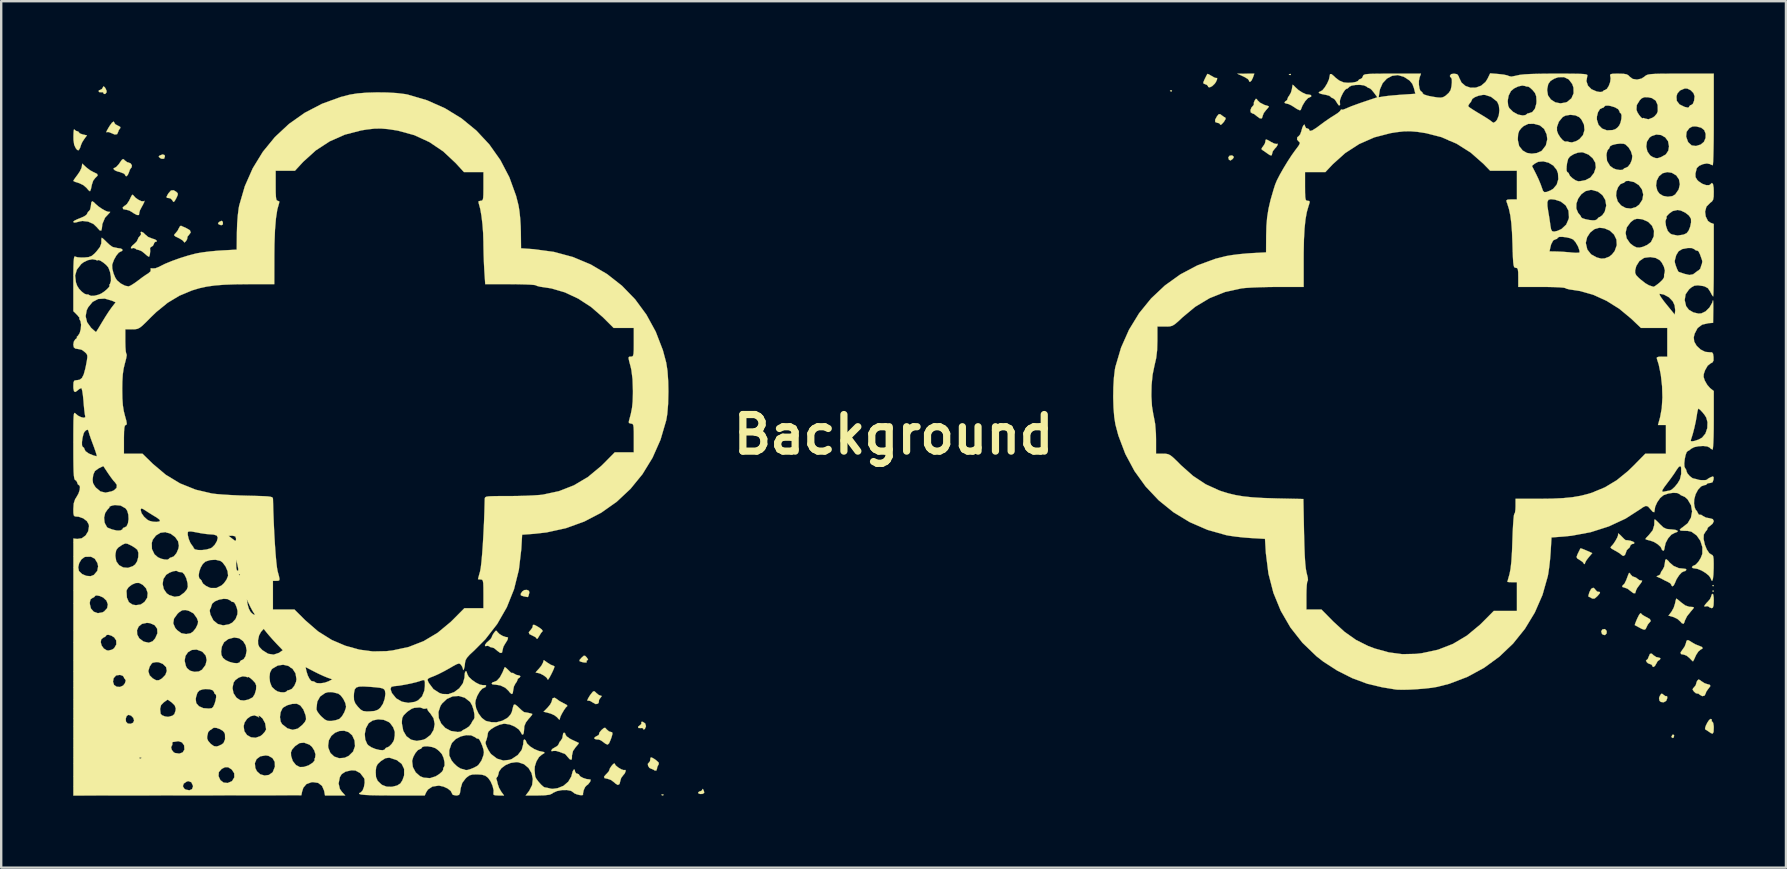
<source format=kicad_pcb>
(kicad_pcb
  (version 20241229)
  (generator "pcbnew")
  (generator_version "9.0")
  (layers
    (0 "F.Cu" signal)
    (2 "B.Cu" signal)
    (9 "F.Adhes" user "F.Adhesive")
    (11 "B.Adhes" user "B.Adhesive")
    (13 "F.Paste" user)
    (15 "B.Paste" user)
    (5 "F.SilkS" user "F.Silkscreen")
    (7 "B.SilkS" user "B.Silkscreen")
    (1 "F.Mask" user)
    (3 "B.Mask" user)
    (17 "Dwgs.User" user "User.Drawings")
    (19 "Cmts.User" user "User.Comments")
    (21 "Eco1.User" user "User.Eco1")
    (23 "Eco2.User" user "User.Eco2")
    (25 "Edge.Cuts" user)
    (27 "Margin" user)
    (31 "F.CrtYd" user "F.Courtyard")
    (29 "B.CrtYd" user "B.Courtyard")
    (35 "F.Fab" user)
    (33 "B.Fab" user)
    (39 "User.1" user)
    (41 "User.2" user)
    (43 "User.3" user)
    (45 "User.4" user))
  (footprint "Background"
    (layer "F.Cu")
    (at 34.176 15.054)
    (property "Reference" "Background" (at 0 0 0) (layer "F.SilkS") (effects (font (size 1.524 1.524) (thickness 0.3))))
    (attr through_hole)
    (fp_poly (pts (xy 34.17 6.293) (xy 34.142 6.322) (xy 34.113 6.293) (xy 34.142 6.265) (xy 34.17 6.293)) (stroke (width 0.01) (type solid)) (fill yes) (layer "F.SilkS"))
    (fp_poly (pts (xy 34.17 6.521) (xy 34.142 6.549) (xy 34.113 6.521) (xy 34.142 6.492) (xy 34.17 6.521)) (stroke (width 0.01) (type solid)) (fill yes) (layer "F.SilkS"))
    (fp_poly (pts (xy -9.587 14.997) (xy -9.595 15.031) (xy -9.625 15.035) (xy -9.672 15.014) (xy -9.663 14.997) (xy -9.595 14.99) (xy -9.587 14.997)) (stroke (width 0.01) (type solid)) (fill yes) (layer "F.SilkS"))
    (fp_poly (pts (xy 11.599 -14.333) (xy 11.591 -14.299) (xy 11.561 -14.295) (xy 11.514 -14.315) (xy 11.523 -14.333) (xy 11.591 -14.339) (xy 11.599 -14.333)) (stroke (width 0.01) (type solid)) (fill yes) (layer "F.SilkS"))
    (fp_poly (pts (xy 16.554 -15.016) (xy 16.546 -14.982) (xy 16.516 -14.978) (xy 16.469 -14.999) (xy 16.478 -15.016) (xy 16.545 -15.023) (xy 16.554 -15.016)) (stroke (width 0.01) (type solid)) (fill yes) (layer "F.SilkS"))
    (fp_poly (pts (xy -27.944 -8.86) (xy -27.943 -8.859) (xy -27.939 -8.756) (xy -28.01 -8.72) (xy -28.117 -8.759) (xy -28.145 -8.81) (xy -28.079 -8.869) (xy -27.989 -8.906) (xy -27.944 -8.86)) (stroke (width 0.01) (type solid)) (fill yes) (layer "F.SilkS"))
    (fp_poly (pts (xy 32.511 12.514) (xy 32.519 12.554) (xy 32.489 12.632) (xy 32.462 12.643) (xy 32.407 12.602) (xy 32.405 12.589) (xy 32.446 12.512) (xy 32.462 12.501) (xy 32.511 12.514)) (stroke (width 0.01) (type solid)) (fill yes) (layer "F.SilkS"))
    (fp_poly (pts (xy -30.37 -11.644) (xy -30.355 -11.593) (xy -30.389 -11.494) (xy -30.486 -11.488) (xy -30.548 -11.515) (xy -30.616 -11.57) (xy -30.584 -11.618) (xy -30.575 -11.624) (xy -30.45 -11.671) (xy -30.37 -11.644)) (stroke (width 0.01) (type solid)) (fill yes) (layer "F.SilkS"))
    (fp_poly (pts (xy 14.13 -11.614) (xy 14.178 -11.563) (xy 14.138 -11.495) (xy 14.119 -11.475) (xy 14.037 -11.417) (xy 13.975 -11.451) (xy 13.968 -11.458) (xy 13.946 -11.549) (xy 14 -11.617) (xy 14.094 -11.63) (xy 14.13 -11.614)) (stroke (width 0.01) (type solid)) (fill yes) (layer "F.SilkS"))
    (fp_poly (pts (xy 29.641 8.107) (xy 29.709 8.181) (xy 29.707 8.283) (xy 29.638 8.354) (xy 29.637 8.355) (xy 29.551 8.335) (xy 29.512 8.301) (xy 29.481 8.199) (xy 29.528 8.119) (xy 29.625 8.102) (xy 29.641 8.107)) (stroke (width 0.01) (type solid)) (fill yes) (layer "F.SilkS"))
    (fp_poly (pts (xy 14.969 -14.864) (xy 14.911 -14.747) (xy 14.851 -14.692) (xy 14.812 -14.715) (xy 14.807 -14.753) (xy 14.76 -14.81) (xy 14.64 -14.886) (xy 14.565 -14.923) (xy 14.323 -15.032) (xy 14.676 -15.034) (xy 15.029 -15.035) (xy 14.969 -14.864)) (stroke (width 0.01) (type solid)) (fill yes) (layer "F.SilkS"))
    (fp_poly (pts (xy -7.919 14.804) (xy -7.888 14.899) (xy -7.895 14.933) (xy -7.965 14.972) (xy -8.065 14.974) (xy -8.137 14.941) (xy -8.144 14.921) (xy -8.098 14.871) (xy -8.059 14.864) (xy -7.982 14.826) (xy -7.972 14.793) (xy -7.954 14.761) (xy -7.919 14.804)) (stroke (width 0.01) (type solid)) (fill yes) (layer "F.SilkS"))
    (fp_poly (pts (xy 32.037 10.806) (xy 32.078 10.843) (xy 32.16 10.898) (xy 32.199 10.894) (xy 32.227 10.911) (xy 32.234 10.976) (xy 32.189 11.094) (xy 32.086 11.154) (xy 31.967 11.14) (xy 31.909 11.091) (xy 31.89 10.976) (xy 31.923 10.889) (xy 31.981 10.8) (xy 32.037 10.806)) (stroke (width 0.01) (type solid)) (fill yes) (layer "F.SilkS"))
    (fp_poly (pts (xy -15.19 6.509) (xy -15.172 6.584) (xy -15.174 6.59) (xy -15.203 6.696) (xy -15.206 6.725) (xy -15.24 6.77) (xy -15.249 6.769) (xy -15.334 6.753) (xy -15.419 6.737) (xy -15.524 6.701) (xy -15.532 6.634) (xy -15.47 6.538) (xy -15.381 6.478) (xy -15.273 6.471) (xy -15.19 6.509)) (stroke (width 0.01) (type solid)) (fill yes) (layer "F.SilkS"))
    (fp_poly (pts (xy -12.847 9.221) (xy -12.781 9.288) (xy -12.726 9.371) (xy -12.751 9.397) (xy -12.794 9.431) (xy -12.785 9.454) (xy -12.794 9.498) (xy -12.904 9.493) (xy -12.999 9.472) (xy -13.081 9.44) (xy -13.081 9.39) (xy -12.997 9.295) (xy -12.989 9.288) (xy -12.905 9.214) (xy -12.847 9.221)) (stroke (width 0.01) (type solid)) (fill yes) (layer "F.SilkS"))
    (fp_poly (pts (xy -10.444 11.969) (xy -10.347 12.035) (xy -10.314 12.151) (xy -10.36 12.262) (xy -10.413 12.294) (xy -10.422 12.261) (xy -10.467 12.223) (xy -10.536 12.228) (xy -10.63 12.224) (xy -10.643 12.172) (xy -10.569 12.112) (xy -10.561 12.109) (xy -10.504 12.05) (xy -10.511 12.012) (xy -10.504 11.968) (xy -10.444 11.969)) (stroke (width 0.01) (type solid)) (fill yes) (layer "F.SilkS"))
    (fp_poly (pts (xy -32.869 -14.476) (xy -32.837 -14.434) (xy -32.786 -14.321) (xy -32.788 -14.254) (xy -32.843 -14.19) (xy -32.902 -14.192) (xy -32.917 -14.236) (xy -32.959 -14.268) (xy -32.997 -14.26) (xy -33.089 -14.267) (xy -33.114 -14.291) (xy -33.105 -14.344) (xy -33.069 -14.352) (xy -32.98 -14.398) (xy -32.95 -14.446) (xy -32.916 -14.507) (xy -32.869 -14.476)) (stroke (width 0.01) (type solid)) (fill yes) (layer "F.SilkS"))
    (fp_poly (pts (xy -29.885 -10.115) (xy -29.823 -10.054) (xy -29.821 -9.983) (xy -29.875 -9.861) (xy -29.95 -9.726) (xy -29.999 -9.689) (xy -30.039 -9.741) (xy -30.049 -9.767) (xy -30.127 -9.839) (xy -30.19 -9.852) (xy -30.275 -9.863) (xy -30.287 -9.91) (xy -30.228 -10.019) (xy -30.206 -10.054) (xy -30.102 -10.169) (xy -29.993 -10.178) (xy -29.885 -10.115)) (stroke (width 0.01) (type solid)) (fill yes) (layer "F.SilkS"))
    (fp_poly (pts (xy 13.613 -13.345) (xy 13.66 -13.309) (xy 13.766 -13.232) (xy 13.82 -13.206) (xy 13.836 -13.152) (xy 13.767 -13.036) (xy 13.749 -13.013) (xy 13.664 -12.922) (xy 13.615 -12.902) (xy 13.611 -12.914) (xy 13.564 -12.971) (xy 13.497 -12.985) (xy 13.402 -13.019) (xy 13.397 -13.116) (xy 13.475 -13.26) (xy 13.549 -13.347) (xy 13.613 -13.345)) (stroke (width 0.01) (type solid)) (fill yes) (layer "F.SilkS"))
    (fp_poly (pts (xy 29.222 6.433) (xy 29.236 6.464) (xy 29.312 6.54) (xy 29.356 6.549) (xy 29.428 6.56) (xy 29.427 6.605) (xy 29.347 6.704) (xy 29.315 6.738) (xy 29.212 6.828) (xy 29.126 6.836) (xy 29.073 6.812) (xy 28.978 6.76) (xy 28.945 6.744) (xy 28.952 6.693) (xy 28.987 6.576) (xy 28.993 6.559) (xy 29.066 6.425) (xy 29.15 6.381) (xy 29.222 6.433)) (stroke (width 0.01) (type solid)) (fill yes) (layer "F.SilkS"))
    (fp_poly (pts (xy 34.093 11.877) (xy 34.085 11.903) (xy 34.089 11.955) (xy 34.11 11.96) (xy 34.146 12.011) (xy 34.168 12.141) (xy 34.17 12.216) (xy 34.162 12.387) (xy 34.128 12.458) (xy 34.054 12.44) (xy 33.977 12.387) (xy 33.873 12.316) (xy 33.821 12.289) (xy 33.807 12.234) (xy 33.841 12.125) (xy 33.904 11.999) (xy 33.976 11.893) (xy 34.04 11.846) (xy 34.043 11.846) (xy 34.093 11.877)) (stroke (width 0.01) (type solid)) (fill yes) (layer "F.SilkS"))
    (fp_poly (pts (xy 34.148 6.664) (xy 34.167 6.794) (xy 34.17 6.916) (xy 34.162 7.108) (xy 34.135 7.207) (xy 34.088 7.233) (xy 33.992 7.2) (xy 33.973 7.178) (xy 33.899 7.147) (xy 33.855 7.156) (xy 33.781 7.165) (xy 33.789 7.112) (xy 33.875 7.009) (xy 33.914 6.971) (xy 34.012 6.858) (xy 34.056 6.76) (xy 34.057 6.755) (xy 34.09 6.657) (xy 34.113 6.635) (xy 34.148 6.664)) (stroke (width 0.01) (type solid)) (fill yes) (layer "F.SilkS"))
    (fp_poly (pts (xy -32.462 -12.998) (xy -32.462 -12.983) (xy -32.415 -12.923) (xy -32.307 -12.866) (xy -32.213 -12.813) (xy -32.215 -12.768) (xy -32.215 -12.768) (xy -32.278 -12.683) (xy -32.299 -12.619) (xy -32.348 -12.514) (xy -32.448 -12.5) (xy -32.575 -12.555) (xy -32.694 -12.602) (xy -32.768 -12.602) (xy -32.799 -12.593) (xy -32.783 -12.642) (xy -32.715 -12.765) (xy -32.66 -12.856) (xy -32.563 -12.991) (xy -32.493 -13.041) (xy -32.462 -12.998)) (stroke (width 0.01) (type solid)) (fill yes) (layer "F.SilkS"))
    (fp_poly (pts (xy -9.978 13.507) (xy -9.9 13.561) (xy -9.79 13.658) (xy -9.779 13.728) (xy -9.791 13.744) (xy -9.845 13.851) (xy -9.852 13.907) (xy -9.884 13.999) (xy -9.96 13.992) (xy -9.99 13.967) (xy -10.083 13.925) (xy -10.093 13.924) (xy -10.171 13.886) (xy -10.226 13.801) (xy -10.238 13.717) (xy -10.208 13.685) (xy -10.149 13.613) (xy -10.137 13.55) (xy -10.127 13.465) (xy -10.081 13.451) (xy -9.978 13.507)) (stroke (width 0.01) (type solid)) (fill yes) (layer "F.SilkS"))
    (fp_poly (pts (xy -14.857 7.983) (xy -14.766 8.038) (xy -14.656 8.12) (xy -14.616 8.182) (xy -14.623 8.194) (xy -14.685 8.265) (xy -14.763 8.39) (xy -14.768 8.4) (xy -14.828 8.496) (xy -14.86 8.514) (xy -14.862 8.505) (xy -14.912 8.443) (xy -15.029 8.382) (xy -15.035 8.38) (xy -15.171 8.312) (xy -15.197 8.236) (xy -15.12 8.144) (xy -15.048 8.047) (xy -15.035 7.995) (xy -15.022 7.932) (xy -14.97 7.927) (xy -14.857 7.983)) (stroke (width 0.01) (type solid)) (fill yes) (layer "F.SilkS"))
    (fp_poly (pts (xy 31.136 7.448) (xy 31.202 7.516) (xy 31.331 7.59) (xy 31.357 7.601) (xy 31.507 7.686) (xy 31.547 7.767) (xy 31.49 7.833) (xy 31.425 7.911) (xy 31.378 8.007) (xy 31.332 8.103) (xy 31.272 8.13) (xy 31.167 8.093) (xy 31.067 8.039) (xy 30.948 7.974) (xy 30.882 7.94) (xy 30.88 7.938) (xy 30.892 7.888) (xy 30.939 7.765) (xy 30.987 7.654) (xy 31.058 7.514) (xy 31.113 7.443) (xy 31.136 7.448)) (stroke (width 0.01) (type solid)) (fill yes) (layer "F.SilkS"))
    (fp_poly (pts (xy -12.42 10.728) (xy -12.386 10.764) (xy -12.281 10.85) (xy -12.203 10.878) (xy -12.156 10.892) (xy -12.195 10.95) (xy -12.212 10.968) (xy -12.272 11.056) (xy -12.274 11.104) (xy -12.286 11.174) (xy -12.317 11.209) (xy -12.406 11.23) (xy -12.529 11.163) (xy -12.64 11.097) (xy -12.712 11.084) (xy -12.713 11.085) (xy -12.756 11.089) (xy -12.74 11.02) (xy -12.67 10.899) (xy -12.623 10.832) (xy -12.534 10.719) (xy -12.478 10.687) (xy -12.42 10.728)) (stroke (width 0.01) (type solid)) (fill yes) (layer "F.SilkS"))
    (fp_poly (pts (xy 28.671 4.752) (xy 28.794 4.8) (xy 28.868 4.832) (xy 29.108 4.939) (xy 28.959 5.115) (xy 28.868 5.234) (xy 28.821 5.315) (xy 28.819 5.327) (xy 28.794 5.395) (xy 28.793 5.396) (xy 28.761 5.389) (xy 28.76 5.377) (xy 28.715 5.316) (xy 28.606 5.238) (xy 28.591 5.229) (xy 28.483 5.161) (xy 28.454 5.098) (xy 28.492 4.993) (xy 28.515 4.944) (xy 28.578 4.817) (xy 28.615 4.745) (xy 28.618 4.74) (xy 28.671 4.752)) (stroke (width 0.01) (type solid)) (fill yes) (layer "F.SilkS"))
    (fp_poly (pts (xy -34.058 -12.649) (xy -34.023 -12.643) (xy -33.951 -12.613) (xy -33.943 -12.591) (xy -33.894 -12.543) (xy -33.775 -12.501) (xy -33.773 -12.501) (xy -33.604 -12.464) (xy -33.72 -12.307) (xy -33.803 -12.176) (xy -33.848 -12.073) (xy -33.849 -12.069) (xy -33.888 -11.951) (xy -33.916 -11.894) (xy -33.963 -11.838) (xy -34.016 -11.865) (xy -34.071 -11.933) (xy -34.135 -12.069) (xy -34.164 -12.271) (xy -34.166 -12.426) (xy -34.16 -12.598) (xy -34.148 -12.702) (xy -34.133 -12.714) (xy -34.058 -12.649)) (stroke (width 0.01) (type solid)) (fill yes) (layer "F.SilkS"))
    (fp_poly (pts (xy 13.126 -15.011) (xy 13.233 -14.949) (xy 13.248 -14.94) (xy 13.364 -14.874) (xy 13.433 -14.853) (xy 13.436 -14.854) (xy 13.48 -14.855) (xy 13.475 -14.788) (xy 13.426 -14.683) (xy 13.381 -14.617) (xy 13.275 -14.516) (xy 13.174 -14.466) (xy 13.109 -14.48) (xy 13.099 -14.516) (xy 13.051 -14.569) (xy 12.986 -14.595) (xy 12.916 -14.622) (xy 12.905 -14.673) (xy 12.951 -14.783) (xy 12.967 -14.816) (xy 13.031 -14.945) (xy 13.071 -15.02) (xy 13.074 -15.025) (xy 13.126 -15.011)) (stroke (width 0.01) (type solid)) (fill yes) (layer "F.SilkS"))
    (fp_poly (pts (xy 15.632 -12.247) (xy 15.727 -12.19) (xy 15.857 -12.125) (xy 15.946 -12.105) (xy 15.956 -12.108) (xy 16.004 -12.115) (xy 15.997 -12.061) (xy 15.947 -11.979) (xy 15.889 -11.918) (xy 15.802 -11.807) (xy 15.775 -11.719) (xy 15.755 -11.634) (xy 15.685 -11.637) (xy 15.576 -11.709) (xy 15.452 -11.798) (xy 15.378 -11.845) (xy 15.326 -11.893) (xy 15.355 -11.959) (xy 15.392 -12.002) (xy 15.468 -12.121) (xy 15.491 -12.206) (xy 15.498 -12.278) (xy 15.537 -12.292) (xy 15.632 -12.247)) (stroke (width 0.01) (type solid)) (fill yes) (layer "F.SilkS"))
    (fp_poly (pts (xy 31.665 9.198) (xy 31.777 9.271) (xy 31.842 9.283) (xy 31.931 9.308) (xy 31.949 9.34) (xy 31.906 9.395) (xy 31.891 9.397) (xy 31.83 9.444) (xy 31.778 9.539) (xy 31.718 9.641) (xy 31.652 9.684) (xy 31.611 9.652) (xy 31.608 9.625) (xy 31.562 9.573) (xy 31.529 9.568) (xy 31.429 9.528) (xy 31.38 9.482) (xy 31.345 9.413) (xy 31.367 9.397) (xy 31.422 9.349) (xy 31.46 9.254) (xy 31.513 9.135) (xy 31.588 9.127) (xy 31.665 9.198)) (stroke (width 0.01) (type solid)) (fill yes) (layer "F.SilkS"))
    (fp_poly (pts (xy -29.608 -8.663) (xy -29.476 -8.605) (xy -29.458 -8.597) (xy -29.313 -8.51) (xy -29.28 -8.418) (xy -29.357 -8.315) (xy -29.357 -8.315) (xy -29.417 -8.241) (xy -29.419 -8.208) (xy -29.431 -8.139) (xy -29.477 -8.061) (xy -29.537 -8.002) (xy -29.557 -8.018) (xy -29.605 -8.079) (xy -29.724 -8.157) (xy -29.788 -8.19) (xy -29.926 -8.258) (xy -29.974 -8.306) (xy -29.947 -8.355) (xy -29.925 -8.374) (xy -29.829 -8.49) (xy -29.779 -8.588) (xy -29.726 -8.68) (xy -29.685 -8.699) (xy -29.608 -8.663)) (stroke (width 0.01) (type solid)) (fill yes) (layer "F.SilkS"))
    (fp_poly (pts (xy -14.41 9.51) (xy -14.284 9.588) (xy -14.192 9.624) (xy -14.186 9.625) (xy -14.128 9.655) (xy -14.126 9.667) (xy -14.148 9.743) (xy -14.202 9.866) (xy -14.27 10.004) (xy -14.337 10.127) (xy -14.388 10.204) (xy -14.405 10.21) (xy -14.455 10.127) (xy -14.572 10.035) (xy -14.714 9.96) (xy -14.79 9.938) (xy -14.885 9.919) (xy -14.909 9.914) (xy -14.885 9.876) (xy -14.805 9.788) (xy -14.786 9.769) (xy -14.677 9.638) (xy -14.609 9.515) (xy -14.608 9.512) (xy -14.571 9.395) (xy -14.41 9.51)) (stroke (width 0.01) (type solid)) (fill yes) (layer "F.SilkS"))
    (fp_poly (pts (xy -11.952 12.283) (xy -11.855 12.366) (xy -11.789 12.387) (xy -11.725 12.403) (xy -11.71 12.468) (xy -11.746 12.601) (xy -11.787 12.714) (xy -11.852 12.864) (xy -11.911 12.917) (xy -11.997 12.883) (xy -12.08 12.821) (xy -12.196 12.738) (xy -12.285 12.705) (xy -12.387 12.7) (xy -12.464 12.673) (xy -12.454 12.615) (xy -12.364 12.56) (xy -12.357 12.557) (xy -12.277 12.511) (xy -12.27 12.476) (xy -12.252 12.411) (xy -12.172 12.314) (xy -12.163 12.305) (xy -12.067 12.224) (xy -12.01 12.218) (xy -11.952 12.283)) (stroke (width 0.01) (type solid)) (fill yes) (layer "F.SilkS"))
    (fp_poly (pts (xy -32.05 -11.448) (xy -32.035 -11.429) (xy -31.935 -11.35) (xy -31.87 -11.333) (xy -31.78 -11.294) (xy -31.73 -11.209) (xy -31.746 -11.127) (xy -31.761 -11.114) (xy -31.816 -11.036) (xy -31.856 -10.92) (xy -31.902 -10.816) (xy -31.959 -10.761) (xy -32 -10.776) (xy -32.006 -10.814) (xy -32.061 -10.871) (xy -32.219 -10.933) (xy -32.341 -10.965) (xy -32.438 -11.007) (xy -32.495 -11.062) (xy -32.487 -11.101) (xy -32.459 -11.106) (xy -32.38 -11.151) (xy -32.278 -11.262) (xy -32.241 -11.316) (xy -32.153 -11.441) (xy -32.098 -11.48) (xy -32.05 -11.448)) (stroke (width 0.01) (type solid)) (fill yes) (layer "F.SilkS"))
    (fp_poly (pts (xy -14.032 11.018) (xy -13.92 11.1) (xy -13.762 11.186) (xy -13.734 11.199) (xy -13.621 11.26) (xy -13.587 11.306) (xy -13.598 11.316) (xy -13.656 11.373) (xy -13.737 11.49) (xy -13.819 11.63) (xy -13.881 11.756) (xy -13.901 11.832) (xy -13.9 11.836) (xy -13.908 11.877) (xy -13.953 11.854) (xy -14.013 11.784) (xy -14.119 11.699) (xy -14.282 11.625) (xy -14.337 11.609) (xy -14.58 11.547) (xy -14.409 11.373) (xy -14.302 11.241) (xy -14.242 11.125) (xy -14.238 11.098) (xy -14.203 10.984) (xy -14.117 10.963) (xy -14.032 11.018)) (stroke (width 0.01) (type solid)) (fill yes) (layer "F.SilkS"))
    (fp_poly (pts (xy 15.136 -13.971) (xy 15.16 -13.93) (xy 15.267 -13.827) (xy 15.451 -13.733) (xy 15.636 -13.675) (xy 15.621 -13.636) (xy 15.545 -13.547) (xy 15.522 -13.523) (xy 15.424 -13.396) (xy 15.377 -13.277) (xy 15.377 -13.267) (xy 15.345 -13.175) (xy 15.259 -13.174) (xy 15.136 -13.262) (xy 15.125 -13.273) (xy 15.017 -13.356) (xy 14.94 -13.383) (xy 14.878 -13.426) (xy 14.87 -13.522) (xy 14.914 -13.629) (xy 14.951 -13.669) (xy 15.01 -13.74) (xy 15.01 -13.769) (xy 15.011 -13.834) (xy 15.044 -13.913) (xy 15.096 -13.991) (xy 15.136 -13.971)) (stroke (width 0.01) (type solid)) (fill yes) (layer "F.SilkS"))
    (fp_poly (pts (xy 32.664 6.868) (xy 32.767 6.954) (xy 32.806 6.988) (xy 32.982 7.119) (xy 33.152 7.176) (xy 33.282 7.183) (xy 33.338 7.193) (xy 33.326 7.239) (xy 33.24 7.341) (xy 33.219 7.364) (xy 33.054 7.572) (xy 32.962 7.761) (xy 32.951 7.812) (xy 32.911 7.884) (xy 32.837 7.857) (xy 32.781 7.792) (xy 32.664 7.686) (xy 32.501 7.605) (xy 32.487 7.601) (xy 32.284 7.542) (xy 32.405 7.388) (xy 32.5 7.219) (xy 32.558 7.034) (xy 32.585 6.903) (xy 32.609 6.836) (xy 32.612 6.834) (xy 32.664 6.868)) (stroke (width 0.01) (type solid)) (fill yes) (layer "F.SilkS"))
    (fp_poly (pts (xy 33.604 10.233) (xy 33.647 10.269) (xy 33.784 10.358) (xy 33.886 10.393) (xy 34.006 10.426) (xy 34.029 10.476) (xy 33.96 10.572) (xy 33.943 10.592) (xy 33.861 10.708) (xy 33.829 10.795) (xy 33.786 10.877) (xy 33.692 10.898) (xy 33.599 10.846) (xy 33.599 10.846) (xy 33.523 10.79) (xy 33.488 10.791) (xy 33.422 10.775) (xy 33.351 10.714) (xy 33.289 10.628) (xy 33.31 10.568) (xy 33.343 10.537) (xy 33.416 10.447) (xy 33.431 10.401) (xy 33.46 10.299) (xy 33.484 10.253) (xy 33.536 10.203) (xy 33.604 10.233)) (stroke (width 0.01) (type solid)) (fill yes) (layer "F.SilkS"))
    (fp_poly (pts (xy 33.2 8.615) (xy 33.245 8.647) (xy 33.406 8.74) (xy 33.562 8.801) (xy 33.686 8.853) (xy 33.705 8.912) (xy 33.616 8.965) (xy 33.615 8.965) (xy 33.531 9.035) (xy 33.442 9.17) (xy 33.415 9.226) (xy 33.353 9.363) (xy 33.31 9.442) (xy 33.302 9.45) (xy 33.258 9.411) (xy 33.169 9.32) (xy 33.158 9.308) (xy 33.038 9.211) (xy 32.928 9.169) (xy 32.925 9.169) (xy 32.805 9.145) (xy 32.788 9.073) (xy 32.862 8.969) (xy 32.957 8.832) (xy 33.003 8.715) (xy 33.037 8.591) (xy 33.094 8.56) (xy 33.2 8.615)) (stroke (width 0.01) (type solid)) (fill yes) (layer "F.SilkS"))
    (fp_poly (pts (xy -11.619 13.712) (xy -11.574 13.785) (xy -11.468 13.872) (xy -11.342 13.946) (xy -11.238 13.98) (xy -11.209 13.975) (xy -11.164 13.975) (xy -11.165 14.037) (xy -11.202 14.122) (xy -11.262 14.192) (xy -11.347 14.305) (xy -11.378 14.407) (xy -11.416 14.558) (xy -11.487 14.599) (xy -11.594 14.533) (xy -11.627 14.499) (xy -11.765 14.394) (xy -11.913 14.34) (xy -11.918 14.34) (xy -12.043 14.312) (xy -12.061 14.252) (xy -11.975 14.152) (xy -11.96 14.139) (xy -11.873 14.045) (xy -11.844 13.983) (xy -11.817 13.907) (xy -11.756 13.813) (xy -11.685 13.732) (xy -11.632 13.696) (xy -11.619 13.712)) (stroke (width 0.01) (type solid)) (fill yes) (layer "F.SilkS"))
    (fp_poly (pts (xy -33.634 -11.134) (xy -33.481 -11.015) (xy -33.324 -10.929) (xy -33.306 -10.923) (xy -33.177 -10.858) (xy -33.158 -10.788) (xy -33.248 -10.698) (xy -33.257 -10.692) (xy -33.343 -10.579) (xy -33.402 -10.401) (xy -33.406 -10.376) (xy -33.437 -10.229) (xy -33.47 -10.145) (xy -33.481 -10.137) (xy -33.537 -10.178) (xy -33.621 -10.276) (xy -33.624 -10.28) (xy -33.75 -10.389) (xy -33.922 -10.473) (xy -33.951 -10.481) (xy -34.089 -10.525) (xy -34.165 -10.562) (xy -34.17 -10.57) (xy -34.138 -10.628) (xy -34.056 -10.742) (xy -34.004 -10.81) (xy -33.898 -10.966) (xy -33.83 -11.111) (xy -33.819 -11.154) (xy -33.8 -11.288) (xy -33.634 -11.134)) (stroke (width 0.01) (type solid)) (fill yes) (layer "F.SilkS"))
    (fp_poly (pts (xy -31.664 -9.962) (xy -31.657 -9.95) (xy -31.576 -9.862) (xy -31.455 -9.779) (xy -31.333 -9.723) (xy -31.251 -9.717) (xy -31.245 -9.722) (xy -31.208 -9.739) (xy -31.22 -9.68) (xy -31.274 -9.568) (xy -31.324 -9.48) (xy -31.396 -9.342) (xy -31.425 -9.238) (xy -31.424 -9.224) (xy -31.438 -9.148) (xy -31.519 -9.146) (xy -31.652 -9.216) (xy -31.693 -9.247) (xy -31.839 -9.333) (xy -31.976 -9.37) (xy -31.992 -9.369) (xy -32.095 -9.393) (xy -32.115 -9.459) (xy -32.044 -9.526) (xy -32.02 -9.535) (xy -31.938 -9.604) (xy -31.848 -9.74) (xy -31.815 -9.807) (xy -31.748 -9.948) (xy -31.703 -9.995) (xy -31.664 -9.962)) (stroke (width 0.01) (type solid)) (fill yes) (layer "F.SilkS"))
    (fp_poly (pts (xy 30.681 5.785) (xy 30.703 5.823) (xy 30.781 5.906) (xy 30.83 5.923) (xy 30.93 5.96) (xy 30.973 5.994) (xy 31.063 6.06) (xy 31.098 6.072) (xy 31.182 6.086) (xy 31.186 6.087) (xy 31.174 6.129) (xy 31.106 6.227) (xy 31.072 6.269) (xy 30.977 6.399) (xy 30.927 6.504) (xy 30.924 6.522) (xy 30.896 6.612) (xy 30.814 6.604) (xy 30.698 6.514) (xy 30.572 6.42) (xy 30.461 6.379) (xy 30.456 6.378) (xy 30.37 6.352) (xy 30.355 6.322) (xy 30.388 6.266) (xy 30.398 6.265) (xy 30.451 6.211) (xy 30.525 6.06) (xy 30.608 5.837) (xy 30.644 5.759) (xy 30.681 5.785)) (stroke (width 0.01) (type solid)) (fill yes) (layer "F.SilkS"))
    (fp_poly (pts (xy -16.534 8.179) (xy -16.503 8.226) (xy -16.417 8.311) (xy -16.282 8.391) (xy -16.151 8.437) (xy -16.103 8.438) (xy -16.061 8.462) (xy -16.082 8.551) (xy -16.158 8.678) (xy -16.174 8.698) (xy -16.256 8.843) (xy -16.288 8.977) (xy -16.313 9.088) (xy -16.388 9.097) (xy -16.514 9.005) (xy -16.538 8.981) (xy -16.645 8.896) (xy -16.726 8.869) (xy -16.73 8.87) (xy -16.811 8.85) (xy -16.826 8.833) (xy -16.901 8.799) (xy -16.945 8.807) (xy -17.018 8.813) (xy -17.019 8.76) (xy -16.955 8.671) (xy -16.886 8.61) (xy -16.787 8.517) (xy -16.744 8.449) (xy -16.743 8.447) (xy -16.714 8.368) (xy -16.65 8.264) (xy -16.579 8.176) (xy -16.534 8.179)) (stroke (width 0.01) (type solid)) (fill yes) (layer "F.SilkS"))
    (fp_poly (pts (xy 16.66 -14.553) (xy 16.739 -14.471) (xy 16.741 -14.468) (xy 16.869 -14.353) (xy 17.027 -14.25) (xy 17.179 -14.179) (xy 17.288 -14.162) (xy 17.294 -14.164) (xy 17.38 -14.146) (xy 17.397 -14.127) (xy 17.394 -14.072) (xy 17.371 -14.067) (xy 17.265 -14.017) (xy 17.147 -13.889) (xy 17.037 -13.709) (xy 16.961 -13.52) (xy 16.91 -13.513) (xy 16.797 -13.568) (xy 16.721 -13.62) (xy 16.567 -13.717) (xy 16.435 -13.775) (xy 16.393 -13.782) (xy 16.305 -13.808) (xy 16.288 -13.839) (xy 16.331 -13.894) (xy 16.345 -13.896) (xy 16.399 -13.94) (xy 16.402 -13.963) (xy 16.437 -14.056) (xy 16.483 -14.12) (xy 16.553 -14.242) (xy 16.593 -14.38) (xy 16.614 -14.508) (xy 16.625 -14.574) (xy 16.66 -14.553)) (stroke (width 0.01) (type solid)) (fill yes) (layer "F.SilkS"))
    (fp_poly (pts (xy 32.281 5.268) (xy 32.324 5.324) (xy 32.493 5.471) (xy 32.714 5.566) (xy 32.903 5.585) (xy 33.003 5.598) (xy 33.031 5.634) (xy 32.984 5.686) (xy 32.932 5.695) (xy 32.836 5.743) (xy 32.724 5.865) (xy 32.619 6.028) (xy 32.549 6.193) (xy 32.499 6.289) (xy 32.44 6.323) (xy 32.406 6.281) (xy 32.405 6.263) (xy 32.359 6.198) (xy 32.277 6.149) (xy 32.139 6.083) (xy 32.063 6.041) (xy 31.936 5.976) (xy 31.864 5.947) (xy 31.788 5.912) (xy 31.816 5.89) (xy 31.85 5.881) (xy 31.934 5.832) (xy 31.949 5.795) (xy 31.984 5.707) (xy 32.038 5.634) (xy 32.105 5.506) (xy 32.132 5.359) (xy 32.15 5.223) (xy 32.196 5.193) (xy 32.281 5.268)) (stroke (width 0.01) (type solid)) (fill yes) (layer "F.SilkS"))
    (fp_poly (pts (xy 30.217 4.134) (xy 30.301 4.211) (xy 30.337 4.249) (xy 30.437 4.35) (xy 30.5 4.4) (xy 30.507 4.401) (xy 30.569 4.402) (xy 30.694 4.422) (xy 30.696 4.422) (xy 30.816 4.464) (xy 30.867 4.513) (xy 30.837 4.55) (xy 30.782 4.556) (xy 30.706 4.599) (xy 30.696 4.635) (xy 30.651 4.724) (xy 30.615 4.746) (xy 30.543 4.822) (xy 30.516 4.904) (xy 30.47 5.017) (xy 30.396 5.059) (xy 30.328 5.014) (xy 30.257 4.953) (xy 30.123 4.87) (xy 30.055 4.833) (xy 29.917 4.756) (xy 29.869 4.703) (xy 29.897 4.657) (xy 29.908 4.649) (xy 29.981 4.567) (xy 30.069 4.435) (xy 30.146 4.297) (xy 30.184 4.197) (xy 30.185 4.186) (xy 30.184 4.121) (xy 30.217 4.134)) (stroke (width 0.01) (type solid)) (fill yes) (layer "F.SilkS"))
    (fp_poly (pts (xy -13.675 12.461) (xy -13.668 12.501) (xy -13.62 12.572) (xy -13.498 12.661) (xy -13.398 12.714) (xy -13.242 12.786) (xy -13.136 12.836) (xy -13.11 12.849) (xy -13.133 12.892) (xy -13.211 12.986) (xy -13.238 13.015) (xy -13.354 13.181) (xy -13.398 13.37) (xy -13.399 13.483) (xy -13.423 13.549) (xy -13.491 13.526) (xy -13.581 13.426) (xy -13.66 13.33) (xy -13.712 13.293) (xy -13.789 13.27) (xy -13.918 13.22) (xy -13.92 13.22) (xy -14.06 13.179) (xy -14.16 13.179) (xy -14.246 13.192) (xy -14.259 13.153) (xy -14.207 13.09) (xy -14.123 13.041) (xy -14.006 12.973) (xy -13.953 12.903) (xy -13.953 12.899) (xy -13.913 12.806) (xy -13.867 12.757) (xy -13.799 12.647) (xy -13.782 12.551) (xy -13.762 12.447) (xy -13.725 12.415) (xy -13.675 12.461)) (stroke (width 0.01) (type solid)) (fill yes) (layer "F.SilkS"))
    (fp_poly (pts (xy 31.762 3.569) (xy 31.862 3.665) (xy 31.932 3.738) (xy 32.07 3.868) (xy 32.198 3.93) (xy 32.372 3.951) (xy 32.409 3.952) (xy 32.572 3.97) (xy 32.66 4.006) (xy 32.662 4.05) (xy 32.564 4.089) (xy 32.552 4.091) (xy 32.405 4.169) (xy 32.268 4.324) (xy 32.165 4.518) (xy 32.12 4.715) (xy 32.12 4.73) (xy 32.096 4.821) (xy 32.063 4.841) (xy 32.008 4.797) (xy 32.006 4.781) (xy 31.959 4.683) (xy 31.839 4.572) (xy 31.682 4.475) (xy 31.522 4.417) (xy 31.52 4.417) (xy 31.39 4.385) (xy 31.325 4.356) (xy 31.323 4.351) (xy 31.36 4.297) (xy 31.45 4.203) (xy 31.457 4.197) (xy 31.626 3.989) (xy 31.692 3.767) (xy 31.694 3.688) (xy 31.697 3.574) (xy 31.712 3.531) (xy 31.762 3.569)) (stroke (width 0.01) (type solid)) (fill yes) (layer "F.SilkS"))
    (fp_poly (pts (xy -33.312 -9.676) (xy -33.248 -9.611) (xy -33.134 -9.511) (xy -32.983 -9.407) (xy -32.836 -9.323) (xy -32.73 -9.283) (xy -32.719 -9.282) (xy -32.636 -9.277) (xy -32.653 -9.245) (xy -32.661 -9.239) (xy -32.851 -9.034) (xy -32.962 -8.772) (xy -32.983 -8.585) (xy -33.007 -8.498) (xy -33.072 -8.506) (xy -33.165 -8.607) (xy -33.176 -8.623) (xy -33.335 -8.775) (xy -33.555 -8.872) (xy -33.79 -8.899) (xy -33.894 -8.882) (xy -34.06 -8.839) (xy -34.144 -8.832) (xy -34.17 -8.861) (xy -34.17 -8.871) (xy -34.121 -8.913) (xy -33.996 -8.973) (xy -33.886 -9.016) (xy -33.726 -9.086) (xy -33.623 -9.157) (xy -33.601 -9.194) (xy -33.556 -9.282) (xy -33.528 -9.299) (xy -33.474 -9.369) (xy -33.442 -9.503) (xy -33.441 -9.515) (xy -33.422 -9.671) (xy -33.385 -9.722) (xy -33.312 -9.676)) (stroke (width 0.01) (type solid)) (fill yes) (layer "F.SilkS"))
    (fp_poly (pts (xy -16.152 9.713) (xy -16.062 9.797) (xy -16.035 9.826) (xy -15.943 9.914) (xy -15.892 9.941) (xy -15.889 9.935) (xy -15.858 9.926) (xy -15.821 9.955) (xy -15.707 10.015) (xy -15.65 10.023) (xy -15.564 10.05) (xy -15.548 10.08) (xy -15.591 10.136) (xy -15.604 10.137) (xy -15.658 10.182) (xy -15.661 10.204) (xy -15.697 10.296) (xy -15.751 10.369) (xy -15.817 10.497) (xy -15.845 10.644) (xy -15.865 10.782) (xy -15.917 10.81) (xy -16.002 10.729) (xy -16.034 10.683) (xy -16.178 10.547) (xy -16.382 10.45) (xy -16.592 10.417) (xy -16.615 10.418) (xy -16.715 10.405) (xy -16.743 10.369) (xy -16.697 10.316) (xy -16.651 10.308) (xy -16.528 10.256) (xy -16.401 10.116) (xy -16.291 9.91) (xy -16.284 9.894) (xy -16.231 9.765) (xy -16.198 9.693) (xy -16.196 9.69) (xy -16.152 9.713)) (stroke (width 0.01) (type solid)) (fill yes) (layer "F.SilkS"))
    (fp_poly (pts (xy -31.244 -8.403) (xy -31.184 -8.341) (xy -31.055 -8.233) (xy -30.889 -8.167) (xy -30.889 -8.167) (xy -30.768 -8.129) (xy -30.698 -8.08) (xy -30.697 -8.041) (xy -30.753 -8.03) (xy -30.805 -7.984) (xy -30.81 -7.951) (xy -30.856 -7.863) (xy -30.896 -7.838) (xy -30.968 -7.787) (xy -30.975 -7.761) (xy -30.969 -7.637) (xy -30.982 -7.507) (xy -31.008 -7.42) (xy -31.024 -7.407) (xy -31.09 -7.446) (xy -31.194 -7.536) (xy -31.208 -7.549) (xy -31.331 -7.644) (xy -31.44 -7.688) (xy -31.446 -7.688) (xy -31.549 -7.716) (xy -31.578 -7.743) (xy -31.652 -7.774) (xy -31.695 -7.765) (xy -31.769 -7.757) (xy -31.767 -7.805) (xy -31.696 -7.89) (xy -31.636 -7.939) (xy -31.536 -8.035) (xy -31.494 -8.116) (xy -31.494 -8.116) (xy -31.454 -8.209) (xy -31.409 -8.257) (xy -31.351 -8.336) (xy -31.353 -8.374) (xy -31.369 -8.438) (xy -31.322 -8.446) (xy -31.244 -8.403)) (stroke (width 0.01) (type solid)) (fill yes) (layer "F.SilkS"))
    (fp_poly (pts (xy 25.218 -15.019) (xy 25.416 -14.996) (xy 25.569 -14.964) (xy 25.638 -14.934) (xy 25.737 -14.912) (xy 25.928 -14.949) (xy 25.955 -14.956) (xy 26.088 -14.985) (xy 26.283 -15.006) (xy 26.553 -15.021) (xy 26.909 -15.03) (xy 27.363 -15.035) (xy 27.579 -15.035) (xy 28.008 -15.035) (xy 28.335 -15.032) (xy 28.575 -15.028) (xy 28.739 -15.02) (xy 28.84 -15.007) (xy 28.892 -14.989) (xy 28.908 -14.965) (xy 28.901 -14.935) (xy 28.865 -14.726) (xy 28.928 -14.537) (xy 29.076 -14.386) (xy 29.295 -14.292) (xy 29.429 -14.271) (xy 29.529 -14.281) (xy 29.557 -14.307) (xy 29.603 -14.347) (xy 29.636 -14.352) (xy 29.719 -14.402) (xy 29.797 -14.526) (xy 29.854 -14.684) (xy 29.873 -14.838) (xy 29.866 -14.89) (xy 29.851 -14.968) (xy 29.871 -15.011) (xy 29.949 -15.03) (xy 30.109 -15.035) (xy 30.203 -15.035) (xy 30.415 -15.029) (xy 30.545 -15.006) (xy 30.624 -14.958) (xy 30.66 -14.916) (xy 30.791 -14.817) (xy 30.972 -14.788) (xy 31.16 -14.83) (xy 31.282 -14.91) (xy 31.328 -14.949) (xy 31.38 -14.979) (xy 31.455 -15.001) (xy 31.565 -15.016) (xy 31.726 -15.026) (xy 31.954 -15.032) (xy 32.261 -15.034) (xy 32.664 -15.035) (xy 32.793 -15.035) (xy 34.17 -15.035) (xy 34.17 -13.127) (xy 34.169 -12.674) (xy 34.166 -12.259) (xy 34.16 -11.896) (xy 34.153 -11.598) (xy 34.145 -11.378) (xy 34.135 -11.249) (xy 34.128 -11.22) (xy 34.046 -11.248) (xy 34.008 -11.27) (xy 33.882 -11.295) (xy 33.718 -11.265) (xy 33.564 -11.197) (xy 33.467 -11.105) (xy 33.459 -11.086) (xy 33.406 -10.873) (xy 33.411 -10.726) (xy 33.481 -10.608) (xy 33.543 -10.548) (xy 33.695 -10.446) (xy 33.853 -10.391) (xy 33.979 -10.39) (xy 34.03 -10.426) (xy 34.093 -10.483) (xy 34.138 -10.433) (xy 34.165 -10.281) (xy 34.17 -10.115) (xy 34.166 -9.912) (xy 34.144 -9.788) (xy 34.096 -9.711) (xy 34.025 -9.657) (xy 33.865 -9.495) (xy 33.808 -9.285) (xy 33.835 -9.086) (xy 33.927 -8.901) (xy 34.031 -8.826) (xy 34.17 -8.773) (xy 34.17 -7.263) (xy 34.169 -6.861) (xy 34.167 -6.5) (xy 34.163 -6.194) (xy 34.158 -5.957) (xy 34.151 -5.805) (xy 34.145 -5.752) (xy 34.106 -5.798) (xy 34.043 -5.912) (xy 34.025 -5.95) (xy 33.927 -6.098) (xy 33.789 -6.172) (xy 33.723 -6.188) (xy 33.511 -6.218) (xy 33.362 -6.202) (xy 33.232 -6.128) (xy 33.141 -6.049) (xy 32.997 -5.844) (xy 32.959 -5.601) (xy 33.019 -5.348) (xy 33.134 -5.199) (xy 33.318 -5.09) (xy 33.531 -5.04) (xy 33.655 -5.048) (xy 33.83 -5.132) (xy 33.991 -5.292) (xy 34.104 -5.49) (xy 34.13 -5.581) (xy 34.141 -5.591) (xy 34.148 -5.504) (xy 34.151 -5.337) (xy 34.15 -5.189) (xy 34.142 -4.655) (xy 33.95 -4.64) (xy 33.686 -4.579) (xy 33.497 -4.437) (xy 33.375 -4.206) (xy 33.336 -4.051) (xy 33.356 -3.871) (xy 33.46 -3.693) (xy 33.622 -3.543) (xy 33.814 -3.446) (xy 34.008 -3.427) (xy 34.097 -3.425) (xy 34.141 -3.366) (xy 34.16 -3.232) (xy 34.16 -3.084) (xy 34.116 -3.005) (xy 34.039 -2.966) (xy 33.915 -2.867) (xy 33.811 -2.686) (xy 33.808 -2.68) (xy 33.753 -2.519) (xy 33.747 -2.4) (xy 33.791 -2.263) (xy 33.8 -2.242) (xy 33.896 -2.074) (xy 34.016 -1.936) (xy 34.027 -1.927) (xy 34.17 -1.814) (xy 34.17 -0.594) (xy 34.168 -0.235) (xy 34.162 0.082) (xy 34.152 0.341) (xy 34.14 0.525) (xy 34.126 0.618) (xy 34.12 0.626) (xy 34.046 0.588) (xy 34.002 0.544) (xy 33.899 0.494) (xy 33.729 0.475) (xy 33.533 0.487) (xy 33.354 0.525) (xy 33.233 0.588) (xy 33.23 0.59) (xy 33.139 0.664) (xy 33.09 0.683) (xy 33.04 0.734) (xy 32.994 0.862) (xy 32.96 1.029) (xy 32.942 1.199) (xy 32.948 1.335) (xy 32.977 1.397) (xy 33.026 1.477) (xy 33.031 1.52) (xy 33.073 1.618) (xy 33.17 1.73) (xy 33.279 1.813) (xy 33.325 1.83) (xy 33.451 1.857) (xy 33.515 1.879) (xy 33.595 1.895) (xy 33.717 1.9) (xy 33.831 1.896) (xy 33.886 1.881) (xy 33.886 1.879) (xy 33.932 1.838) (xy 34.032 1.783) (xy 34.134 1.744) (xy 34.166 1.778) (xy 34.16 1.869) (xy 34.122 1.984) (xy 34.029 2.017) (xy 34.014 2.017) (xy 33.914 2.031) (xy 33.886 2.06) (xy 33.838 2.099) (xy 33.781 2.107) (xy 33.644 2.159) (xy 33.516 2.295) (xy 33.414 2.486) (xy 33.355 2.703) (xy 33.349 2.872) (xy 33.373 3.022) (xy 33.409 3.118) (xy 33.418 3.128) (xy 33.477 3.204) (xy 33.507 3.269) (xy 33.553 3.34) (xy 33.583 3.34) (xy 33.648 3.344) (xy 33.719 3.392) (xy 33.846 3.459) (xy 33.994 3.486) (xy 34.129 3.522) (xy 34.172 3.606) (xy 34.12 3.715) (xy 34.026 3.794) (xy 33.933 3.867) (xy 33.907 3.913) (xy 33.908 3.914) (xy 33.892 3.967) (xy 33.828 4.044) (xy 33.754 4.168) (xy 33.747 4.345) (xy 33.749 4.362) (xy 33.799 4.588) (xy 33.882 4.791) (xy 33.982 4.94) (xy 34.068 4.998) (xy 34.118 5.023) (xy 34.148 5.08) (xy 34.163 5.192) (xy 34.167 5.38) (xy 34.166 5.56) (xy 34.155 5.832) (xy 34.135 6.012) (xy 34.106 6.093) (xy 34.071 6.071) (xy 34.041 5.985) (xy 33.969 5.879) (xy 33.827 5.763) (xy 33.652 5.659) (xy 33.483 5.593) (xy 33.403 5.581) (xy 33.295 5.562) (xy 33.259 5.524) (xy 33.303 5.47) (xy 33.324 5.467) (xy 33.419 5.42) (xy 33.529 5.3) (xy 33.627 5.143) (xy 33.69 4.982) (xy 33.694 4.963) (xy 33.696 4.69) (xy 33.612 4.426) (xy 33.458 4.203) (xy 33.251 4.054) (xy 33.226 4.043) (xy 33.082 4.013) (xy 32.927 4.009) (xy 32.788 4.002) (xy 32.754 3.961) (xy 32.827 3.892) (xy 32.865 3.87) (xy 33.084 3.695) (xy 33.22 3.464) (xy 33.268 3.204) (xy 33.223 2.942) (xy 33.081 2.702) (xy 33.071 2.691) (xy 32.967 2.599) (xy 32.886 2.563) (xy 32.793 2.523) (xy 32.753 2.485) (xy 32.648 2.435) (xy 32.476 2.427) (xy 32.276 2.456) (xy 32.087 2.522) (xy 32.071 2.53) (xy 31.937 2.644) (xy 31.814 2.819) (xy 31.729 3.009) (xy 31.708 3.147) (xy 31.693 3.234) (xy 31.632 3.22) (xy 31.528 3.104) (xy 31.528 3.104) (xy 31.432 2.997) (xy 31.342 2.972) (xy 31.225 3.026) (xy 31.129 3.094) (xy 30.499 3.5) (xy 29.798 3.826) (xy 29.043 4.067) (xy 28.248 4.215) (xy 27.923 4.248) (xy 27.41 4.286) (xy 27.375 4.891) (xy 27.351 5.199) (xy 27.316 5.515) (xy 27.276 5.793) (xy 27.256 5.9) (xy 27.035 6.681) (xy 26.715 7.414) (xy 26.304 8.092) (xy 25.81 8.707) (xy 25.239 9.251) (xy 24.601 9.717) (xy 23.903 10.096) (xy 23.152 10.382) (xy 22.644 10.512) (xy 22.416 10.55) (xy 22.127 10.582) (xy 21.808 10.608) (xy 21.491 10.626) (xy 21.206 10.632) (xy 20.985 10.627) (xy 20.901 10.618) (xy 20.773 10.596) (xy 20.576 10.564) (xy 20.36 10.529) (xy 19.742 10.383) (xy 19.107 10.147) (xy 18.485 9.834) (xy 17.905 9.46) (xy 17.621 9.238) (xy 17.032 8.671) (xy 16.535 8.038) (xy 16.132 7.344) (xy 15.825 6.594) (xy 15.618 5.793) (xy 15.511 4.944) (xy 15.51 4.926) (xy 15.474 4.345) (xy 14.87 4.31) (xy 14.563 4.286) (xy 14.246 4.251) (xy 13.969 4.211) (xy 13.862 4.191) (xy 13.076 3.969) (xy 12.34 3.649) (xy 11.662 3.237) (xy 11.048 2.741) (xy 10.504 2.166) (xy 10.038 1.52) (xy 9.657 0.809) (xy 9.366 0.041) (xy 9.243 -0.422) (xy 9.195 -0.729) (xy 9.164 -1.113) (xy 9.151 -1.539) (xy 9.152 -1.608) (xy 10.74 -1.608) (xy 10.766 -1.178) (xy 10.827 -0.809) (xy 10.839 -0.761) (xy 10.898 -0.446) (xy 10.93 -0.048) (xy 10.935 0.193) (xy 10.935 0.797) (xy 11.217 0.797) (xy 11.34 0.8) (xy 11.438 0.818) (xy 11.532 0.864) (xy 11.644 0.953) (xy 11.797 1.098) (xy 11.971 1.273) (xy 12.479 1.724) (xy 13.008 2.073) (xy 13.573 2.33) (xy 13.658 2.36) (xy 13.954 2.451) (xy 14.254 2.522) (xy 14.579 2.576) (xy 14.95 2.615) (xy 15.39 2.642) (xy 15.92 2.659) (xy 15.983 2.661) (xy 17.073 2.685) (xy 17.101 4.09) (xy 17.114 4.604) (xy 17.129 5.014) (xy 17.149 5.334) (xy 17.173 5.574) (xy 17.203 5.745) (xy 17.216 5.795) (xy 17.255 5.958) (xy 17.265 6.067) (xy 17.251 6.094) (xy 17.23 6.147) (xy 17.213 6.29) (xy 17.202 6.5) (xy 17.199 6.692) (xy 17.199 7.29) (xy 17.828 7.29) (xy 18.325 7.794) (xy 18.793 8.222) (xy 19.266 8.555) (xy 19.769 8.808) (xy 20.045 8.912) (xy 20.633 9.075) (xy 21.194 9.149) (xy 21.767 9.137) (xy 22.006 9.109) (xy 22.681 8.964) (xy 23.305 8.721) (xy 23.885 8.376) (xy 24.429 7.925) (xy 24.534 7.822) (xy 25.006 7.347) (xy 25.97 7.347) (xy 25.97 6.151) (xy 25.77 6.151) (xy 25.639 6.147) (xy 25.573 6.138) (xy 25.572 6.136) (xy 25.586 6.079) (xy 25.624 5.944) (xy 25.662 5.809) (xy 25.704 5.597) (xy 25.739 5.284) (xy 25.765 4.866) (xy 25.782 4.399) (xy 25.794 4.06) (xy 25.81 3.764) (xy 25.827 3.527) (xy 25.844 3.368) (xy 25.861 3.304) (xy 25.863 3.303) (xy 25.89 3.252) (xy 25.908 3.119) (xy 25.913 2.99) (xy 25.913 2.677) (xy 26.877 2.677) (xy 27.431 2.67) (xy 27.895 2.648) (xy 28.289 2.609) (xy 28.635 2.549) (xy 28.955 2.467) (xy 29.112 2.417) (xy 29.214 2.374) (xy 32.021 2.374) (xy 32.077 2.383) (xy 32.134 2.371) (xy 32.263 2.343) (xy 32.326 2.336) (xy 32.422 2.291) (xy 32.544 2.179) (xy 32.664 2.032) (xy 32.752 1.884) (xy 32.765 1.851) (xy 32.814 1.641) (xy 32.812 1.397) (xy 32.809 1.367) (xy 32.777 1.311) (xy 32.708 1.352) (xy 32.614 1.482) (xy 32.607 1.495) (xy 32.515 1.637) (xy 32.382 1.825) (xy 32.253 1.997) (xy 32.106 2.193) (xy 32.03 2.315) (xy 32.021 2.374) (xy 29.214 2.374) (xy 29.64 2.196) (xy 30.128 1.902) (xy 30.599 1.519) (xy 30.823 1.302) (xy 31.32 0.797) (xy 32.177 0.797) (xy 32.177 0.266) (xy 33.209 0.266) (xy 33.257 0.283) (xy 33.366 0.266) (xy 33.543 0.207) (xy 33.683 0.129) (xy 33.823 -0.04) (xy 33.901 -0.269) (xy 33.909 -0.517) (xy 33.859 -0.704) (xy 33.796 -0.807) (xy 33.7 -0.929) (xy 33.602 -1.032) (xy 33.535 -1.081) (xy 33.531 -1.082) (xy 33.507 -1.031) (xy 33.479 -0.901) (xy 33.465 -0.806) (xy 33.425 -0.57) (xy 33.365 -0.295) (xy 33.297 -0.031) (xy 33.233 0.175) (xy 33.225 0.194) (xy 33.209 0.266) (xy 32.177 0.266) (xy 32.177 -0.399) (xy 31.846 -0.399) (xy 31.936 -0.726) (xy 32.004 -1.101) (xy 32.031 -1.544) (xy 32.017 -2.018) (xy 31.965 -2.487) (xy 31.878 -2.913) (xy 31.8 -3.159) (xy 31.801 -3.215) (xy 31.875 -3.241) (xy 32 -3.246) (xy 32.234 -3.246) (xy 32.234 -4.442) (xy 31.137 -4.442) (xy 30.724 -4.834) (xy 30.236 -5.239) (xy 29.705 -5.571) (xy 29.154 -5.822) (xy 29 -5.866) (xy 31.912 -5.866) (xy 31.912 -5.826) (xy 31.975 -5.717) (xy 32.089 -5.559) (xy 32.191 -5.431) (xy 32.547 -4.995) (xy 32.565 -5.176) (xy 32.54 -5.382) (xy 32.464 -5.549) (xy 32.303 -5.719) (xy 32.089 -5.834) (xy 31.912 -5.866) (xy 29 -5.866) (xy 28.603 -5.979) (xy 28.345 -6.019) (xy 28.163 -6.045) (xy 28.031 -6.078) (xy 27.986 -6.102) (xy 27.922 -6.118) (xy 27.763 -6.132) (xy 27.529 -6.143) (xy 27.239 -6.149) (xy 26.991 -6.151) (xy 26.026 -6.151) (xy 26.026 -6.549) (xy 26.023 -6.76) (xy 26.013 -6.841) (xy 30.895 -6.841) (xy 30.896 -6.732) (xy 30.941 -6.636) (xy 31.051 -6.522) (xy 31.141 -6.445) (xy 31.324 -6.302) (xy 31.472 -6.217) (xy 31.631 -6.165) (xy 31.666 -6.157) (xy 31.723 -6.186) (xy 31.836 -6.268) (xy 31.911 -6.328) (xy 32.031 -6.444) (xy 32.097 -6.542) (xy 32.1 -6.576) (xy 32.103 -6.683) (xy 32.12 -6.719) (xy 32.135 -6.836) (xy 32.092 -6.998) (xy 32.005 -7.163) (xy 31.946 -7.235) (xy 32.542 -7.235) (xy 32.553 -7.153) (xy 32.592 -7.024) (xy 32.644 -6.89) (xy 32.691 -6.795) (xy 32.71 -6.776) (xy 32.763 -6.759) (xy 32.887 -6.717) (xy 32.943 -6.697) (xy 33.153 -6.648) (xy 33.309 -6.676) (xy 33.415 -6.755) (xy 33.51 -6.827) (xy 33.546 -6.844) (xy 33.609 -6.912) (xy 33.62 -6.949) (xy 33.659 -7.071) (xy 33.674 -7.099) (xy 33.693 -7.205) (xy 33.681 -7.27) (xy 33.599 -7.502) (xy 33.537 -7.63) (xy 33.491 -7.662) (xy 33.487 -7.66) (xy 33.419 -7.674) (xy 33.376 -7.713) (xy 33.258 -7.77) (xy 33.088 -7.772) (xy 32.858 -7.728) (xy 32.704 -7.635) (xy 32.605 -7.473) (xy 32.542 -7.235) (xy 31.946 -7.235) (xy 31.924 -7.262) (xy 31.75 -7.358) (xy 31.524 -7.395) (xy 31.294 -7.366) (xy 31.253 -7.352) (xy 31.071 -7.227) (xy 30.943 -7.023) (xy 30.895 -6.841) (xy 26.013 -6.841) (xy 26.009 -6.88) (xy 25.976 -6.935) (xy 25.92 -6.948) (xy 25.92 -6.948) (xy 25.881 -6.955) (xy 25.852 -6.987) (xy 25.831 -7.059) (xy 25.815 -7.187) (xy 25.803 -7.386) (xy 25.794 -7.631) (xy 27.327 -7.631) (xy 27.631 -7.626) (xy 27.878 -7.615) (xy 28.148 -7.594) (xy 28.248 -7.583) (xy 28.423 -7.571) (xy 28.545 -7.577) (xy 28.581 -7.594) (xy 28.573 -7.671) (xy 28.527 -7.807) (xy 28.507 -7.853) (xy 28.422 -8.001) (xy 28.841 -8.001) (xy 28.841 -7.969) (xy 28.902 -7.709) (xy 29.059 -7.509) (xy 29.298 -7.378) (xy 29.478 -7.331) (xy 29.624 -7.338) (xy 29.797 -7.403) (xy 29.818 -7.413) (xy 29.927 -7.5) (xy 30.035 -7.635) (xy 30.044 -7.65) (xy 30.13 -7.89) (xy 30.116 -8.124) (xy 30.015 -8.333) (xy 29.939 -8.405) (xy 30.496 -8.405) (xy 30.541 -8.176) (xy 30.683 -7.969) (xy 30.828 -7.857) (xy 30.956 -7.795) (xy 31.08 -7.789) (xy 31.224 -7.823) (xy 31.399 -7.901) (xy 31.541 -8.009) (xy 31.562 -8.034) (xy 31.672 -8.261) (xy 31.68 -8.491) (xy 31.598 -8.7) (xy 31.435 -8.866) (xy 31.396 -8.883) (xy 32.155 -8.883) (xy 32.177 -8.712) (xy 32.189 -8.662) (xy 32.253 -8.484) (xy 32.352 -8.378) (xy 32.428 -8.338) (xy 32.663 -8.291) (xy 32.912 -8.33) (xy 33.04 -8.39) (xy 33.12 -8.49) (xy 33.187 -8.656) (xy 33.225 -8.839) (xy 33.221 -8.991) (xy 33.22 -8.992) (xy 33.138 -9.123) (xy 32.984 -9.245) (xy 32.799 -9.332) (xy 32.665 -9.357) (xy 32.461 -9.312) (xy 32.315 -9.209) (xy 32.223 -9.113) (xy 32.192 -9.06) (xy 32.199 -9.055) (xy 32.212 -9.021) (xy 32.187 -8.982) (xy 32.155 -8.883) (xy 31.396 -8.883) (xy 31.202 -8.965) (xy 31.142 -8.976) (xy 30.969 -8.989) (xy 30.849 -8.956) (xy 30.722 -8.859) (xy 30.704 -8.843) (xy 30.549 -8.635) (xy 30.496 -8.405) (xy 29.939 -8.405) (xy 29.841 -8.497) (xy 29.607 -8.596) (xy 29.401 -8.616) (xy 29.2 -8.558) (xy 29.022 -8.417) (xy 28.894 -8.221) (xy 28.841 -8.001) (xy 28.422 -8.001) (xy 28.419 -8.006) (xy 28.321 -8.118) (xy 28.302 -8.132) (xy 28.183 -8.182) (xy 28.025 -8.218) (xy 27.864 -8.237) (xy 27.736 -8.235) (xy 27.679 -8.207) (xy 27.678 -8.203) (xy 27.632 -8.149) (xy 27.6 -8.144) (xy 27.482 -8.089) (xy 27.395 -7.925) (xy 27.367 -7.816) (xy 27.327 -7.631) (xy 25.794 -7.631) (xy 25.792 -7.671) (xy 25.784 -7.959) (xy 25.765 -8.433) (xy 25.736 -8.816) (xy 25.695 -9.13) (xy 25.638 -9.397) (xy 25.562 -9.639) (xy 25.543 -9.688) (xy 27.238 -9.688) (xy 27.241 -9.517) (xy 27.274 -9.299) (xy 27.314 -9.061) (xy 27.35 -8.82) (xy 27.364 -8.711) (xy 27.393 -8.55) (xy 27.436 -8.474) (xy 27.512 -8.455) (xy 27.523 -8.455) (xy 27.657 -8.486) (xy 27.815 -8.558) (xy 27.832 -8.568) (xy 28.022 -8.746) (xy 28.127 -8.986) (xy 28.138 -9.055) (xy 28.118 -9.328) (xy 28.071 -9.417) (xy 28.443 -9.417) (xy 28.52 -9.235) (xy 28.555 -9.195) (xy 28.628 -9.103) (xy 28.646 -9.054) (xy 28.696 -9.014) (xy 28.82 -8.973) (xy 28.979 -8.94) (xy 29.132 -8.924) (xy 29.23 -8.93) (xy 29.314 -8.971) (xy 29.33 -8.998) (xy 29.377 -9.047) (xy 29.433 -9.069) (xy 29.524 -9.135) (xy 29.616 -9.264) (xy 29.63 -9.291) (xy 29.691 -9.537) (xy 29.653 -9.772) (xy 29.549 -9.947) (xy 30.101 -9.947) (xy 30.167 -9.716) (xy 30.309 -9.544) (xy 30.499 -9.44) (xy 30.714 -9.414) (xy 30.927 -9.477) (xy 31.064 -9.58) (xy 31.197 -9.784) (xy 31.232 -10.002) (xy 31.179 -10.212) (xy 31.067 -10.367) (xy 31.766 -10.367) (xy 31.819 -10.163) (xy 31.904 -10.04) (xy 32.058 -9.944) (xy 32.254 -9.908) (xy 32.445 -9.933) (xy 32.564 -10.003) (xy 32.708 -10.21) (xy 32.758 -10.426) (xy 32.722 -10.629) (xy 32.608 -10.796) (xy 32.424 -10.905) (xy 32.233 -10.935) (xy 32.036 -10.885) (xy 31.885 -10.756) (xy 31.792 -10.574) (xy 31.766 -10.367) (xy 31.067 -10.367) (xy 31.049 -10.392) (xy 30.85 -10.519) (xy 30.625 -10.569) (xy 30.512 -10.561) (xy 30.469 -10.529) (xy 30.423 -10.484) (xy 30.387 -10.479) (xy 30.276 -10.428) (xy 30.179 -10.297) (xy 30.115 -10.122) (xy 30.101 -9.947) (xy 29.549 -9.947) (xy 29.533 -9.974) (xy 29.344 -10.121) (xy 29.102 -10.19) (xy 29.038 -10.192) (xy 28.83 -10.142) (xy 28.654 -10.014) (xy 28.523 -9.833) (xy 28.448 -9.625) (xy 28.443 -9.417) (xy 28.071 -9.417) (xy 28 -9.55) (xy 27.794 -9.709) (xy 27.551 -9.788) (xy 27.383 -9.807) (xy 27.282 -9.779) (xy 27.238 -9.688) (xy 25.543 -9.688) (xy 25.54 -9.696) (xy 25.532 -9.759) (xy 25.589 -9.789) (xy 25.735 -9.796) (xy 25.736 -9.796) (xy 25.97 -9.796) (xy 25.97 -10.991) (xy 24.855 -10.991) (xy 24.661 -11.191) (xy 26.596 -11.191) (xy 26.767 -10.855) (xy 26.87 -10.639) (xy 26.959 -10.425) (xy 27.005 -10.296) (xy 27.056 -10.155) (xy 27.113 -10.1) (xy 27.202 -10.106) (xy 27.211 -10.108) (xy 27.367 -10.17) (xy 27.482 -10.24) (xy 27.627 -10.412) (xy 27.695 -10.639) (xy 27.68 -10.885) (xy 27.627 -11.029) (xy 27.542 -11.136) (xy 28.037 -11.136) (xy 28.038 -11.001) (xy 28.065 -10.936) (xy 28.072 -10.935) (xy 28.13 -10.89) (xy 28.134 -10.865) (xy 28.178 -10.78) (xy 28.286 -10.677) (xy 28.415 -10.59) (xy 28.526 -10.551) (xy 28.527 -10.551) (xy 28.64 -10.562) (xy 28.801 -10.594) (xy 28.831 -10.601) (xy 29.03 -10.706) (xy 29.18 -10.897) (xy 29.256 -11.124) (xy 29.236 -11.324) (xy 29.127 -11.512) (xy 28.965 -11.652) (xy 29.699 -11.652) (xy 29.725 -11.399) (xy 29.847 -11.195) (xy 29.99 -11.089) (xy 30.12 -11.042) (xy 30.261 -11.022) (xy 30.372 -11.029) (xy 30.412 -11.063) (xy 30.457 -11.102) (xy 30.486 -11.105) (xy 30.592 -11.156) (xy 30.69 -11.281) (xy 30.759 -11.444) (xy 30.777 -11.607) (xy 30.776 -11.612) (xy 30.722 -11.796) (xy 30.619 -11.967) (xy 30.587 -11.996) (xy 31.358 -11.996) (xy 31.405 -11.794) (xy 31.52 -11.63) (xy 31.632 -11.559) (xy 31.753 -11.517) (xy 31.846 -11.517) (xy 31.976 -11.56) (xy 31.978 -11.561) (xy 32.174 -11.671) (xy 32.277 -11.829) (xy 32.306 -12.008) (xy 32.266 -12.221) (xy 32.147 -12.382) (xy 32.085 -12.417) (xy 33.018 -12.417) (xy 33.093 -12.205) (xy 33.114 -12.171) (xy 33.25 -12.046) (xy 33.43 -12.022) (xy 33.628 -12.083) (xy 33.76 -12.194) (xy 33.829 -12.355) (xy 33.833 -12.53) (xy 33.773 -12.684) (xy 33.648 -12.783) (xy 33.637 -12.787) (xy 33.431 -12.839) (xy 33.286 -12.835) (xy 33.162 -12.771) (xy 33.15 -12.763) (xy 33.038 -12.611) (xy 33.018 -12.417) (xy 32.085 -12.417) (xy 31.975 -12.479) (xy 31.776 -12.5) (xy 31.577 -12.433) (xy 31.491 -12.368) (xy 31.385 -12.2) (xy 31.358 -11.996) (xy 30.587 -11.996) (xy 30.493 -12.085) (xy 30.423 -12.114) (xy 30.272 -12.122) (xy 30.101 -12.103) (xy 29.95 -12.065) (xy 29.856 -12.016) (xy 29.842 -11.989) (xy 29.804 -11.905) (xy 29.781 -11.892) (xy 29.737 -11.827) (xy 29.704 -11.692) (xy 29.699 -11.652) (xy 28.965 -11.652) (xy 28.951 -11.663) (xy 28.731 -11.752) (xy 28.675 -11.761) (xy 28.51 -11.745) (xy 28.331 -11.679) (xy 28.18 -11.584) (xy 28.104 -11.486) (xy 28.059 -11.309) (xy 28.037 -11.136) (xy 27.542 -11.136) (xy 27.486 -11.206) (xy 27.288 -11.327) (xy 27.066 -11.382) (xy 26.854 -11.363) (xy 26.716 -11.29) (xy 26.596 -11.191) (xy 24.661 -11.191) (xy 24.572 -11.282) (xy 24.045 -11.746) (xy 23.457 -12.118) (xy 22.939 -12.342) (xy 26.008 -12.342) (xy 26.008 -12.266) (xy 26.062 -12.02) (xy 26.213 -11.832) (xy 26.385 -11.734) (xy 26.583 -11.701) (xy 26.802 -11.729) (xy 26.985 -11.809) (xy 27.01 -11.83) (xy 27.175 -12.046) (xy 27.235 -12.301) (xy 27.21 -12.503) (xy 27.102 -12.735) (xy 27.008 -12.812) (xy 27.637 -12.812) (xy 27.639 -12.652) (xy 27.69 -12.518) (xy 27.779 -12.378) (xy 27.88 -12.264) (xy 27.97 -12.205) (xy 28.005 -12.207) (xy 28.09 -12.208) (xy 28.129 -12.19) (xy 28.261 -12.17) (xy 28.439 -12.225) (xy 28.573 -12.305) (xy 28.721 -12.474) (xy 28.785 -12.687) (xy 28.763 -12.915) (xy 28.66 -13.121) (xy 29.3 -13.121) (xy 29.37 -12.902) (xy 29.517 -12.749) (xy 29.721 -12.673) (xy 29.961 -12.686) (xy 30.071 -12.723) (xy 30.167 -12.797) (xy 30.238 -12.886) (xy 30.29 -13.009) (xy 30.322 -13.157) (xy 30.329 -13.292) (xy 30.308 -13.374) (xy 30.289 -13.383) (xy 30.246 -13.43) (xy 30.241 -13.47) (xy 30.202 -13.534) (xy 30.949 -13.534) (xy 30.99 -13.424) (xy 31.061 -13.313) (xy 31.137 -13.22) (xy 31.194 -13.173) (xy 31.209 -13.183) (xy 31.249 -13.189) (xy 31.302 -13.166) (xy 31.453 -13.135) (xy 31.627 -13.204) (xy 31.703 -13.258) (xy 31.8 -13.371) (xy 31.838 -13.469) (xy 31.832 -13.732) (xy 31.752 -13.912) (xy 31.593 -14.018) (xy 31.443 -14.05) (xy 31.278 -14.055) (xy 31.167 -14.007) (xy 31.088 -13.929) (xy 30.963 -13.727) (xy 30.949 -13.534) (xy 30.202 -13.534) (xy 30.189 -13.555) (xy 30.053 -13.634) (xy 29.864 -13.691) (xy 29.771 -13.706) (xy 29.658 -13.701) (xy 29.614 -13.667) (xy 29.569 -13.616) (xy 29.535 -13.611) (xy 29.43 -13.56) (xy 29.347 -13.428) (xy 29.302 -13.249) (xy 29.3 -13.121) (xy 28.66 -13.121) (xy 28.657 -13.127) (xy 28.564 -13.225) (xy 28.4 -13.3) (xy 28.191 -13.321) (xy 27.989 -13.287) (xy 27.875 -13.226) (xy 27.716 -13.033) (xy 27.637 -12.812) (xy 27.008 -12.812) (xy 26.922 -12.882) (xy 26.673 -12.948) (xy 26.437 -12.942) (xy 26.248 -12.851) (xy 26.15 -12.762) (xy 26.065 -12.652) (xy 26.021 -12.526) (xy 26.008 -12.342) (xy 22.939 -12.342) (xy 22.823 -12.392) (xy 22.183 -12.556) (xy 21.826 -12.611) (xy 21.531 -12.636) (xy 21.252 -12.631) (xy 20.941 -12.595) (xy 20.701 -12.556) (xy 20.031 -12.382) (xy 19.399 -12.104) (xy 18.818 -11.729) (xy 18.3 -11.264) (xy 18.292 -11.255) (xy 17.99 -10.935) (xy 17.142 -10.935) (xy 17.142 -10.337) (xy 17.144 -10.07) (xy 17.151 -9.896) (xy 17.167 -9.797) (xy 17.196 -9.751) (xy 17.242 -9.739) (xy 17.254 -9.739) (xy 17.321 -9.73) (xy 17.337 -9.684) (xy 17.305 -9.57) (xy 17.288 -9.52) (xy 17.216 -9.268) (xy 17.161 -8.96) (xy 17.122 -8.583) (xy 17.097 -8.126) (xy 17.086 -7.573) (xy 17.085 -7.321) (xy 17.085 -6.151) (xy 16.007 -6.151) (xy 15.632 -6.147) (xy 15.264 -6.138) (xy 14.929 -6.125) (xy 14.657 -6.107) (xy 14.5 -6.091) (xy 13.811 -5.94) (xy 13.167 -5.683) (xy 12.566 -5.322) (xy 12.046 -4.891) (xy 11.856 -4.713) (xy 11.722 -4.599) (xy 11.616 -4.535) (xy 11.512 -4.507) (xy 11.383 -4.499) (xy 11.312 -4.499) (xy 10.991 -4.499) (xy 10.991 -3.902) (xy 10.98 -3.512) (xy 10.941 -3.184) (xy 10.869 -2.871) (xy 10.867 -2.862) (xy 10.791 -2.491) (xy 10.749 -2.06) (xy 10.74 -1.608) (xy 9.152 -1.608) (xy 9.157 -1.972) (xy 9.181 -2.376) (xy 9.222 -2.717) (xy 9.243 -2.824) (xy 9.479 -3.623) (xy 9.81 -4.368) (xy 10.229 -5.053) (xy 10.729 -5.669) (xy 11.305 -6.211) (xy 11.948 -6.672) (xy 12.653 -7.045) (xy 13.412 -7.324) (xy 13.862 -7.437) (xy 14.098 -7.477) (xy 14.4 -7.515) (xy 14.721 -7.545) (xy 14.893 -7.557) (xy 15.519 -7.59) (xy 15.523 -8.28) (xy 15.534 -8.688) (xy 15.564 -9.051) (xy 15.62 -9.403) (xy 15.707 -9.778) (xy 15.832 -10.209) (xy 15.899 -10.419) (xy 15.97 -10.589) (xy 16.091 -10.824) (xy 16.245 -11.095) (xy 16.415 -11.375) (xy 16.586 -11.637) (xy 16.739 -11.851) (xy 16.755 -11.871) (xy 16.873 -12.029) (xy 16.924 -12.124) (xy 16.917 -12.179) (xy 16.888 -12.201) (xy 16.811 -12.288) (xy 16.818 -12.384) (xy 16.879 -12.433) (xy 16.94 -12.505) (xy 16.99 -12.641) (xy 16.995 -12.665) (xy 17.034 -12.801) (xy 17.082 -12.891) (xy 17.123 -12.915) (xy 17.142 -12.852) (xy 17.142 -12.846) (xy 17.186 -12.768) (xy 17.228 -12.757) (xy 17.303 -12.726) (xy 17.313 -12.7) (xy 17.345 -12.647) (xy 17.445 -12.672) (xy 17.616 -12.779) (xy 17.765 -12.89) (xy 17.976 -13.046) (xy 18.2 -13.199) (xy 18.352 -13.294) (xy 18.502 -13.391) (xy 18.6 -13.475) (xy 18.623 -13.512) (xy 18.646 -13.546) (xy 18.659 -13.538) (xy 18.728 -13.536) (xy 18.848 -13.582) (xy 18.858 -13.586) (xy 18.981 -13.64) (xy 19.172 -13.714) (xy 23.947 -13.714) (xy 23.947 -13.669) (xy 24.006 -13.621) (xy 24.141 -13.532) (xy 24.327 -13.417) (xy 24.432 -13.355) (xy 24.635 -13.232) (xy 24.799 -13.127) (xy 24.9 -13.055) (xy 24.919 -13.036) (xy 24.995 -12.987) (xy 25.09 -13.048) (xy 25.144 -13.12) (xy 25.215 -13.297) (xy 25.239 -13.511) (xy 25.216 -13.716) (xy 25.147 -13.868) (xy 25.137 -13.879) (xy 25.103 -13.905) (xy 25.585 -13.905) (xy 25.605 -13.702) (xy 25.649 -13.604) (xy 25.81 -13.444) (xy 26.015 -13.331) (xy 26.211 -13.293) (xy 26.325 -13.31) (xy 26.368 -13.341) (xy 26.415 -13.378) (xy 26.456 -13.383) (xy 26.609 -13.435) (xy 26.721 -13.578) (xy 26.78 -13.793) (xy 26.786 -13.895) (xy 26.774 -14.092) (xy 26.723 -14.229) (xy 26.63 -14.345) (xy 27.229 -14.345) (xy 27.264 -14.13) (xy 27.385 -13.958) (xy 27.566 -13.842) (xy 27.784 -13.798) (xy 28.012 -13.838) (xy 28.071 -13.864) (xy 28.244 -14.012) (xy 28.276 -14.088) (xy 32.616 -14.088) (xy 32.63 -13.902) (xy 32.746 -13.753) (xy 32.954 -13.651) (xy 33.103 -13.618) (xy 33.144 -13.654) (xy 33.145 -13.668) (xy 33.191 -13.72) (xy 33.224 -13.725) (xy 33.299 -13.777) (xy 33.352 -13.912) (xy 33.372 -14.093) (xy 33.325 -14.227) (xy 33.209 -14.346) (xy 33.064 -14.416) (xy 32.958 -14.417) (xy 32.763 -14.334) (xy 32.655 -14.211) (xy 32.616 -14.088) (xy 28.276 -14.088) (xy 28.331 -14.216) (xy 28.326 -14.454) (xy 28.273 -14.606) (xy 28.129 -14.796) (xy 27.931 -14.892) (xy 27.695 -14.887) (xy 27.531 -14.83) (xy 27.367 -14.73) (xy 27.276 -14.604) (xy 27.235 -14.414) (xy 27.229 -14.345) (xy 26.63 -14.345) (xy 26.626 -14.35) (xy 26.517 -14.45) (xy 26.441 -14.496) (xy 26.428 -14.496) (xy 26.354 -14.501) (xy 26.316 -14.52) (xy 26.19 -14.54) (xy 26.021 -14.502) (xy 25.85 -14.42) (xy 25.721 -14.31) (xy 25.72 -14.309) (xy 25.625 -14.123) (xy 25.585 -13.905) (xy 25.103 -13.905) (xy 24.891 -14.071) (xy 24.644 -14.15) (xy 24.552 -14.151) (xy 24.376 -14.118) (xy 24.218 -14.057) (xy 24.113 -13.985) (xy 24.09 -13.939) (xy 24.054 -13.861) (xy 24.004 -13.802) (xy 23.947 -13.714) (xy 19.172 -13.714) (xy 19.18 -13.717) (xy 19.424 -13.805) (xy 19.588 -13.861) (xy 20.153 -14.051) (xy 20.21 -14.051) (xy 20.427 -14.087) (xy 20.582 -14.107) (xy 20.811 -14.13) (xy 21.074 -14.152) (xy 21.192 -14.16) (xy 21.739 -14.197) (xy 21.68 -14.431) (xy 21.613 -14.61) (xy 21.499 -14.748) (xy 21.309 -14.875) (xy 21.25 -14.907) (xy 21.01 -14.976) (xy 20.771 -14.946) (xy 20.553 -14.83) (xy 20.377 -14.641) (xy 20.266 -14.391) (xy 20.246 -14.297) (xy 20.21 -14.051) (xy 20.153 -14.051) (xy 20.156 -14.051) (xy 20.013 -14.244) (xy 19.917 -14.361) (xy 19.845 -14.423) (xy 19.831 -14.427) (xy 19.762 -14.453) (xy 19.692 -14.505) (xy 19.587 -14.55) (xy 19.424 -14.569) (xy 19.244 -14.564) (xy 19.086 -14.538) (xy 18.988 -14.491) (xy 18.976 -14.473) (xy 18.909 -14.414) (xy 18.876 -14.409) (xy 18.81 -14.36) (xy 18.729 -14.242) (xy 18.653 -14.091) (xy 18.601 -13.947) (xy 18.591 -13.848) (xy 18.596 -13.837) (xy 18.602 -13.744) (xy 18.591 -13.719) (xy 18.544 -13.719) (xy 18.477 -13.812) (xy 18.466 -13.833) (xy 18.389 -13.952) (xy 18.314 -14.009) (xy 18.307 -14.01) (xy 18.225 -14.049) (xy 18.213 -14.07) (xy 18.15 -14.115) (xy 18.013 -14.153) (xy 17.952 -14.163) (xy 17.805 -14.194) (xy 17.72 -14.231) (xy 17.712 -14.245) (xy 17.757 -14.291) (xy 17.783 -14.295) (xy 17.866 -14.343) (xy 17.966 -14.464) (xy 18.063 -14.624) (xy 18.137 -14.789) (xy 18.167 -14.926) (xy 18.167 -14.928) (xy 18.185 -15.017) (xy 18.244 -15.017) (xy 18.354 -14.926) (xy 18.408 -14.871) (xy 18.567 -14.749) (xy 18.746 -14.673) (xy 18.764 -14.669) (xy 18.934 -14.654) (xy 19.113 -14.663) (xy 19.265 -14.692) (xy 19.353 -14.735) (xy 19.363 -14.757) (xy 19.409 -14.802) (xy 19.442 -14.807) (xy 19.519 -14.855) (xy 19.551 -14.921) (xy 19.565 -14.959) (xy 19.597 -14.987) (xy 19.66 -15.008) (xy 19.769 -15.021) (xy 19.939 -15.029) (xy 20.185 -15.033) (xy 20.521 -15.035) (xy 20.777 -15.035) (xy 21.973 -15.035) (xy 21.913 -14.875) (xy 21.886 -14.736) (xy 21.886 -14.571) (xy 21.91 -14.418) (xy 21.952 -14.316) (xy 21.986 -14.295) (xy 22.036 -14.249) (xy 22.04 -14.221) (xy 22.095 -14.169) (xy 22.254 -14.116) (xy 22.443 -14.078) (xy 22.658 -14.044) (xy 22.796 -14.036) (xy 22.893 -14.055) (xy 22.983 -14.106) (xy 23.009 -14.125) (xy 23.132 -14.237) (xy 23.207 -14.351) (xy 23.209 -14.357) (xy 23.244 -14.51) (xy 23.26 -14.671) (xy 23.257 -14.801) (xy 23.233 -14.863) (xy 23.228 -14.864) (xy 23.184 -14.91) (xy 23.179 -14.95) (xy 23.23 -15.017) (xy 23.349 -15.035) (xy 23.479 -15.013) (xy 23.544 -14.926) (xy 23.557 -14.88) (xy 23.661 -14.665) (xy 23.829 -14.521) (xy 24.038 -14.45) (xy 24.262 -14.454) (xy 24.478 -14.533) (xy 24.661 -14.689) (xy 24.745 -14.822) (xy 24.855 -15.049) (xy 25.218 -15.019)) (stroke (width 0.01) (type solid)) (fill yes) (layer "F.SilkS"))
    (fp_poly (pts (xy -21.093 -14.25) (xy -20.689 -14.226) (xy -20.348 -14.184) (xy -20.241 -14.163) (xy -19.436 -13.926) (xy -18.687 -13.593) (xy -18 -13.172) (xy -17.383 -12.667) (xy -16.84 -12.085) (xy -16.379 -11.433) (xy -16.005 -10.717) (xy -15.725 -9.943) (xy -15.624 -9.545) (xy -15.587 -9.315) (xy -15.555 -9.015) (xy -15.534 -8.686) (xy -15.527 -8.451) (xy -15.519 -7.76) (xy -14.99 -7.723) (xy -14.151 -7.61) (xy -13.357 -7.396) (xy -12.616 -7.086) (xy -11.933 -6.685) (xy -11.314 -6.199) (xy -10.766 -5.634) (xy -10.296 -4.995) (xy -9.908 -4.286) (xy -9.61 -3.514) (xy -9.471 -2.995) (xy -9.418 -2.655) (xy -9.388 -2.212) (xy -9.38 -1.794) (xy -9.392 -1.275) (xy -9.427 -0.853) (xy -9.471 -0.593) (xy -9.709 0.217) (xy -10.041 0.966) (xy -10.46 1.65) (xy -10.96 2.263) (xy -11.534 2.8) (xy -12.178 3.255) (xy -12.884 3.623) (xy -13.646 3.899) (xy -14.458 4.077) (xy -14.96 4.134) (xy -15.474 4.172) (xy -15.509 4.778) (xy -15.61 5.635) (xy -15.811 6.442) (xy -16.112 7.195) (xy -16.512 7.892) (xy -17.008 8.531) (xy -17.471 8.996) (xy -17.658 9.17) (xy -17.772 9.298) (xy -17.832 9.404) (xy -17.854 9.511) (xy -17.856 9.537) (xy -17.87 9.656) (xy -17.895 9.756) (xy -17.921 9.811) (xy -17.938 9.792) (xy -17.939 9.759) (xy -17.97 9.672) (xy -18.016 9.599) (xy -18.06 9.551) (xy -18.114 9.539) (xy -18.204 9.569) (xy -18.351 9.648) (xy -18.486 9.727) (xy -18.714 9.854) (xy -18.943 9.971) (xy -19.126 10.054) (xy -19.135 10.057) (xy -19.31 10.125) (xy -19.397 10.174) (xy -19.415 10.226) (xy -19.382 10.305) (xy -19.359 10.351) (xy -19.169 10.605) (xy -18.914 10.769) (xy -18.794 10.808) (xy -18.546 10.815) (xy -18.305 10.73) (xy -18.095 10.574) (xy -17.943 10.366) (xy -17.874 10.128) (xy -17.872 10.077) (xy -17.86 9.929) (xy -17.827 9.858) (xy -17.788 9.874) (xy -17.758 9.981) (xy -17.697 10.093) (xy -17.565 10.219) (xy -17.398 10.336) (xy -17.231 10.418) (xy -17.099 10.441) (xy -17.086 10.439) (xy -16.994 10.44) (xy -16.971 10.472) (xy -17.014 10.533) (xy -17.032 10.536) (xy -17.136 10.586) (xy -17.247 10.713) (xy -17.345 10.886) (xy -17.411 11.071) (xy -17.427 11.194) (xy -17.389 11.406) (xy -17.291 11.621) (xy -17.154 11.804) (xy -17.001 11.921) (xy -16.943 11.941) (xy -16.846 11.962) (xy -16.746 11.984) (xy -16.534 11.985) (xy -16.299 11.922) (xy -16.097 11.811) (xy -16.046 11.766) (xy -15.955 11.661) (xy -15.903 11.557) (xy -15.864 11.401) (xy -15.857 11.368) (xy -15.825 11.263) (xy -15.773 11.243) (xy -15.681 11.308) (xy -15.603 11.383) (xy -15.487 11.492) (xy -15.403 11.557) (xy -15.387 11.565) (xy -15.253 11.586) (xy -15.124 11.615) (xy -15.051 11.64) (xy -15.049 11.642) (xy -15.072 11.691) (xy -15.154 11.791) (xy -15.202 11.842) (xy -15.318 11.994) (xy -15.381 12.145) (xy -15.385 12.175) (xy -15.397 12.347) (xy -15.409 12.439) (xy -15.43 12.486) (xy -15.443 12.501) (xy -15.486 12.486) (xy -15.517 12.421) (xy -15.611 12.286) (xy -15.782 12.165) (xy -15.991 12.079) (xy -16.201 12.046) (xy -16.249 12.049) (xy -16.42 12.09) (xy -16.604 12.171) (xy -16.766 12.272) (xy -16.875 12.373) (xy -16.9 12.431) (xy -16.92 12.562) (xy -16.955 12.701) (xy -16.99 12.792) (xy -16.996 12.8) (xy -16.996 12.871) (xy -16.952 12.999) (xy -16.879 13.147) (xy -16.795 13.277) (xy -16.761 13.317) (xy -16.52 13.501) (xy -16.258 13.58) (xy -15.99 13.55) (xy -15.901 13.515) (xy -15.655 13.351) (xy -15.491 13.137) (xy -15.425 12.892) (xy -15.425 12.828) (xy -15.41 12.728) (xy -15.376 12.7) (xy -15.322 12.744) (xy -15.32 12.759) (xy -15.27 12.87) (xy -15.144 12.991) (xy -14.97 13.102) (xy -14.782 13.18) (xy -14.694 13.199) (xy -14.562 13.228) (xy -14.54 13.265) (xy -14.625 13.319) (xy -14.643 13.327) (xy -14.772 13.438) (xy -14.88 13.619) (xy -14.946 13.827) (xy -14.955 13.981) (xy -14.94 14.137) (xy -14.93 14.243) (xy -14.888 14.333) (xy -14.796 14.458) (xy -14.684 14.584) (xy -14.583 14.674) (xy -14.536 14.698) (xy -14.418 14.718) (xy -14.284 14.751) (xy -14.266 14.756) (xy -14.177 14.757) (xy -14.029 14.737) (xy -13.987 14.729) (xy -13.749 14.632) (xy -13.551 14.461) (xy -13.425 14.246) (xy -13.401 14.153) (xy -13.365 14.024) (xy -13.319 13.955) (xy -13.281 13.965) (xy -13.27 14.038) (xy -13.224 14.114) (xy -13.184 14.124) (xy -13.108 14.155) (xy -13.099 14.182) (xy -13.05 14.243) (xy -12.932 14.306) (xy -12.789 14.352) (xy -12.686 14.363) (xy -12.619 14.377) (xy -12.633 14.446) (xy -12.647 14.472) (xy -12.728 14.576) (xy -12.784 14.615) (xy -12.851 14.687) (xy -12.91 14.818) (xy -12.938 14.952) (xy -12.935 15) (xy -12.97 15.025) (xy -13.071 15.019) (xy -13.192 14.99) (xy -13.294 14.948) (xy -13.328 14.918) (xy -13.434 14.844) (xy -13.609 14.809) (xy -13.817 14.812) (xy -14.022 14.852) (xy -14.186 14.926) (xy -14.227 14.96) (xy -14.33 15.003) (xy -14.535 15.028) (xy -14.814 15.035) (xy -15.326 15.035) (xy -15.179 14.843) (xy -15.057 14.603) (xy -15.028 14.349) (xy -15.081 14.104) (xy -15.207 13.891) (xy -15.395 13.733) (xy -15.635 13.652) (xy -15.718 13.646) (xy -15.947 13.679) (xy -16.162 13.769) (xy -16.336 13.898) (xy -16.441 14.047) (xy -16.459 14.134) (xy -16.489 14.238) (xy -16.517 14.267) (xy -16.554 14.328) (xy -16.548 14.345) (xy -16.52 14.428) (xy -16.492 14.553) (xy -16.435 14.719) (xy -16.345 14.877) (xy -16.228 15.035) (xy -16.463 15.035) (xy -16.614 15.026) (xy -16.671 14.992) (xy -16.668 14.954) (xy -16.661 14.816) (xy -16.707 14.631) (xy -16.79 14.443) (xy -16.894 14.299) (xy -17.007 14.213) (xy -17.15 14.17) (xy -17.342 14.157) (xy -17.536 14.162) (xy -17.665 14.197) (xy -17.778 14.279) (xy -17.831 14.33) (xy -17.969 14.514) (xy -18.034 14.735) (xy -18.039 14.772) (xy -18.063 14.932) (xy -18.102 15.01) (xy -18.178 15.034) (xy -18.232 15.035) (xy -18.36 15.01) (xy -18.395 14.953) (xy -18.446 14.85) (xy -18.574 14.747) (xy -18.746 14.667) (xy -18.928 14.627) (xy -18.954 14.626) (xy -19.212 14.665) (xy -19.397 14.788) (xy -19.472 14.904) (xy -19.532 15.035) (xy -20.9 15.035) (xy -21.377 15.033) (xy -21.746 15.026) (xy -22.013 15.013) (xy -22.184 14.995) (xy -22.264 14.97) (xy -22.259 14.938) (xy -22.19 14.904) (xy -22.119 14.825) (xy -22.063 14.678) (xy -22.034 14.508) (xy -22.041 14.36) (xy -22.057 14.316) (xy -22.221 14.103) (xy -22.32 14.049) (xy -21.574 14.049) (xy -21.561 14.269) (xy -21.493 14.426) (xy -21.348 14.565) (xy -21.3 14.6) (xy -21.118 14.669) (xy -20.895 14.675) (xy -20.681 14.621) (xy -20.546 14.535) (xy -20.462 14.404) (xy -20.398 14.227) (xy -20.39 14.189) (xy -20.39 13.93) (xy -20.491 13.721) (xy -20.64 13.603) (xy -20.057 13.603) (xy -20.026 13.852) (xy -19.908 14.073) (xy -19.725 14.234) (xy -19.573 14.295) (xy -19.312 14.314) (xy -19.071 14.237) (xy -18.921 14.141) (xy -18.812 14.044) (xy -18.763 13.968) (xy -18.765 13.953) (xy -18.757 13.883) (xy -18.742 13.871) (xy -18.704 13.788) (xy -18.708 13.642) (xy -18.746 13.471) (xy -18.815 13.317) (xy -18.822 13.307) (xy -18.948 13.166) (xy -18.967 13.152) (xy -18.511 13.152) (xy -18.51 13.368) (xy -18.416 13.573) (xy -18.324 13.689) (xy -18.187 13.82) (xy -18.052 13.907) (xy -18.003 13.925) (xy -17.889 13.953) (xy -17.843 13.973) (xy -17.77 13.978) (xy -17.638 13.942) (xy -17.485 13.88) (xy -17.352 13.809) (xy -17.297 13.766) (xy -17.166 13.579) (xy -17.082 13.35) (xy -17.066 13.233) (xy -17.083 13.125) (xy -17.128 12.98) (xy -17.188 12.834) (xy -17.248 12.718) (xy -17.294 12.668) (xy -17.303 12.671) (xy -17.362 12.661) (xy -17.433 12.609) (xy -17.598 12.53) (xy -17.809 12.523) (xy -18.033 12.577) (xy -18.238 12.684) (xy -18.388 12.834) (xy -18.421 12.892) (xy -18.511 13.152) (xy -18.967 13.152) (xy -19.084 13.067) (xy -19.226 13.017) (xy -19.389 12.99) (xy -19.537 12.989) (xy -19.631 13.015) (xy -19.648 13.042) (xy -19.693 13.094) (xy -19.723 13.099) (xy -19.817 13.147) (xy -19.92 13.268) (xy -20.007 13.426) (xy -20.055 13.583) (xy -20.057 13.603) (xy -20.64 13.603) (xy -20.689 13.565) (xy -20.978 13.469) (xy -21.015 13.462) (xy -21.17 13.484) (xy -21.357 13.603) (xy -21.362 13.607) (xy -21.491 13.728) (xy -21.552 13.847) (xy -21.573 14.016) (xy -21.574 14.049) (xy -22.32 14.049) (xy -22.418 13.996) (xy -22.586 13.987) (xy -22.833 14.044) (xy -22.992 14.147) (xy -23.068 14.273) (xy -23.12 14.536) (xy -23.066 14.765) (xy -22.982 14.884) (xy -22.843 15.035) (xy -23.686 15.035) (xy -23.723 14.838) (xy -23.811 14.635) (xy -23.972 14.512) (xy -24.193 14.479) (xy -24.254 14.486) (xy -24.46 14.561) (xy -24.589 14.713) (xy -24.641 14.875) (xy -24.672 15.028) (xy -29.421 15.033) (xy -34.169 15.038) (xy -34.169 14.648) (xy -29.608 14.648) (xy -29.549 14.752) (xy -29.486 14.791) (xy -29.336 14.82) (xy -29.226 14.771) (xy -29.185 14.659) (xy -29.189 14.626) (xy -29.255 14.486) (xy -29.372 14.439) (xy -29.438 14.452) (xy -29.57 14.539) (xy -29.608 14.648) (xy -34.169 14.648) (xy -34.169 14.231) (xy -28.122 14.231) (xy -28.045 14.396) (xy -27.912 14.499) (xy -27.741 14.516) (xy -27.576 14.446) (xy -27.554 14.428) (xy -27.464 14.279) (xy -27.469 14.11) (xy -27.568 13.958) (xy -27.578 13.95) (xy -27.722 13.858) (xy -27.852 13.858) (xy -27.993 13.931) (xy -28.109 14.063) (xy -28.122 14.231) (xy -34.169 14.231) (xy -34.169 13.69) (xy -26.609 13.69) (xy -26.589 13.892) (xy -26.522 14.029) (xy -26.383 14.154) (xy -26.203 14.205) (xy -26.022 14.18) (xy -25.878 14.077) (xy -25.857 14.048) (xy -25.772 13.833) (xy -25.781 13.635) (xy -25.874 13.478) (xy -26.041 13.384) (xy -26.157 13.367) (xy -26.381 13.405) (xy -26.536 13.52) (xy -26.609 13.69) (xy -34.169 13.69) (xy -34.169 13.459) (xy -31.418 13.459) (xy -31.41 13.493) (xy -31.38 13.497) (xy -31.333 13.476) (xy -31.342 13.459) (xy -31.409 13.453) (xy -31.418 13.459) (xy -34.169 13.459) (xy -34.169 13.029) (xy -30.098 13.029) (xy -30.068 13.138) (xy -29.991 13.235) (xy -29.939 13.265) (xy -29.758 13.292) (xy -29.616 13.242) (xy -29.616 13.241) (xy -25.105 13.241) (xy -25.099 13.388) (xy -25.029 13.602) (xy -24.896 13.768) (xy -24.736 13.852) (xy -24.565 13.846) (xy -24.368 13.781) (xy -24.205 13.676) (xy -24.188 13.66) (xy -24.123 13.582) (xy -24.118 13.554) (xy -24.123 13.513) (xy -24.096 13.452) (xy -24.082 13.322) (xy -24.133 13.159) (xy -24.23 13.007) (xy -24.28 12.965) (xy -23.557 12.965) (xy -23.548 13.05) (xy -23.461 13.266) (xy -23.302 13.415) (xy -23.097 13.484) (xy -22.87 13.466) (xy -22.699 13.387) (xy -22.516 13.207) (xy -22.436 12.981) (xy -22.455 12.745) (xy -22.553 12.531) (xy -22.623 12.469) (xy -22.029 12.469) (xy -22.011 12.702) (xy -21.928 12.893) (xy -21.881 12.945) (xy -21.751 13.031) (xy -21.587 13.098) (xy -21.419 13.14) (xy -21.278 13.15) (xy -21.195 13.121) (xy -21.186 13.095) (xy -21.14 13.046) (xy -21.113 13.042) (xy -21.019 12.998) (xy -20.912 12.893) (xy -20.83 12.77) (xy -20.808 12.7) (xy -20.789 12.585) (xy -20.782 12.558) (xy -20.778 12.386) (xy -20.847 12.194) (xy -20.97 12.026) (xy -21.033 11.974) (xy -21.071 11.957) (xy -20.484 11.957) (xy -20.482 12.045) (xy -20.426 12.342) (xy -20.294 12.567) (xy -20.102 12.71) (xy -19.863 12.763) (xy -19.594 12.714) (xy -19.492 12.67) (xy -19.287 12.512) (xy -19.16 12.3) (xy -19.117 12.06) (xy -19.163 11.822) (xy -19.299 11.616) (xy -19.348 11.559) (xy -18.961 11.559) (xy -18.947 11.81) (xy -18.846 12.039) (xy -18.673 12.225) (xy -18.439 12.349) (xy -18.159 12.391) (xy -18.153 12.391) (xy -18.039 12.379) (xy -17.997 12.358) (xy -17.95 12.318) (xy -17.837 12.259) (xy -17.822 12.252) (xy -17.684 12.16) (xy -17.598 12.045) (xy -17.597 12.044) (xy -17.539 11.93) (xy -17.495 11.881) (xy -17.459 11.799) (xy -17.462 11.649) (xy -17.497 11.466) (xy -17.557 11.287) (xy -17.635 11.147) (xy -17.646 11.134) (xy -17.861 10.964) (xy -18.109 10.89) (xy -18.366 10.907) (xy -18.608 11.014) (xy -18.811 11.206) (xy -18.876 11.305) (xy -18.961 11.559) (xy -19.348 11.559) (xy -19.394 11.505) (xy -19.431 11.426) (xy -19.427 11.412) (xy -19.433 11.398) (xy -19.465 11.414) (xy -19.572 11.425) (xy -19.608 11.408) (xy -19.725 11.369) (xy -19.762 11.368) (xy -19.891 11.379) (xy -19.965 11.384) (xy -20.076 11.424) (xy -20.221 11.52) (xy -20.288 11.575) (xy -20.412 11.699) (xy -20.47 11.809) (xy -20.484 11.957) (xy -21.071 11.957) (xy -21.242 11.884) (xy -21.476 11.864) (xy -21.696 11.91) (xy -21.862 12.02) (xy -21.87 12.029) (xy -21.982 12.232) (xy -22.029 12.469) (xy -22.623 12.469) (xy -22.705 12.397) (xy -22.888 12.338) (xy -23.083 12.349) (xy -23.268 12.422) (xy -23.423 12.554) (xy -23.526 12.737) (xy -23.557 12.965) (xy -24.28 12.965) (xy -24.334 12.919) (xy -24.557 12.836) (xy -24.746 12.854) (xy -24.925 12.975) (xy -24.944 12.993) (xy -25.06 13.125) (xy -25.105 13.241) (xy -29.616 13.241) (xy -29.543 13.124) (xy -29.543 13.123) (xy -29.554 12.951) (xy -29.643 12.826) (xy -29.785 12.776) (xy -29.832 12.779) (xy -29.962 12.8) (xy -30.031 12.809) (xy -30.052 12.849) (xy -30.044 12.867) (xy -30.05 12.94) (xy -30.064 12.952) (xy -30.098 13.029) (xy -34.169 13.029) (xy -34.169 12.657) (xy -28.597 12.657) (xy -28.556 12.758) (xy -28.456 12.876) (xy -28.439 12.892) (xy -28.312 12.981) (xy -28.201 12.994) (xy -28.125 12.973) (xy -27.992 12.911) (xy -27.915 12.852) (xy -27.849 12.694) (xy -27.853 12.495) (xy -27.87 12.431) (xy -27.939 12.346) (xy -28.064 12.27) (xy -28.204 12.221) (xy -28.318 12.213) (xy -28.359 12.237) (xy -28.437 12.296) (xy -28.47 12.31) (xy -28.552 12.393) (xy -28.593 12.566) (xy -28.597 12.657) (xy -34.169 12.657) (xy -34.169 12.148) (xy -27.076 12.148) (xy -27.046 12.359) (xy -26.935 12.518) (xy -26.77 12.612) (xy -26.576 12.631) (xy -26.38 12.563) (xy -26.297 12.499) (xy -26.194 12.385) (xy -26.142 12.29) (xy -26.14 12.278) (xy -26.18 12.024) (xy -26.29 11.825) (xy -26.349 11.77) (xy -25.563 11.77) (xy -25.534 11.958) (xy -25.473 12.065) (xy -25.251 12.239) (xy -25.033 12.301) (xy -24.821 12.25) (xy -24.632 12.098) (xy -24.52 11.966) (xy -24.476 11.865) (xy -24.484 11.749) (xy -24.499 11.685) (xy -24.589 11.45) (xy -24.616 11.415) (xy -24.042 11.415) (xy -24.039 11.459) (xy -23.997 11.553) (xy -23.896 11.684) (xy -23.83 11.753) (xy -23.689 11.875) (xy -23.571 11.928) (xy -23.428 11.931) (xy -23.405 11.929) (xy -23.232 11.898) (xy -23.093 11.849) (xy -23.079 11.841) (xy -22.977 11.734) (xy -22.881 11.569) (xy -22.819 11.398) (xy -22.809 11.333) (xy -22.839 11.185) (xy -22.921 11.016) (xy -23.016 10.888) (xy -22.485 10.888) (xy -22.477 11.067) (xy -22.419 11.208) (xy -22.317 11.338) (xy -22.202 11.457) (xy -22.099 11.517) (xy -21.96 11.535) (xy -21.83 11.534) (xy -21.622 11.516) (xy -21.483 11.465) (xy -21.386 11.387) (xy -21.274 11.221) (xy -21.198 11.009) (xy -21.17 10.799) (xy -21.189 10.67) (xy -21.222 10.614) (xy -21.246 10.6) (xy -20.958 10.6) (xy -20.904 10.757) (xy -20.897 10.772) (xy -20.721 10.989) (xy -20.485 11.127) (xy -20.216 11.178) (xy -19.943 11.135) (xy -19.806 11.071) (xy -19.642 10.908) (xy -19.546 10.665) (xy -19.525 10.479) (xy -19.525 10.311) (xy -19.546 10.235) (xy -19.605 10.228) (xy -19.689 10.256) (xy -19.864 10.31) (xy -20.101 10.368) (xy -20.359 10.42) (xy -20.596 10.46) (xy -20.771 10.479) (xy -20.791 10.479) (xy -20.921 10.508) (xy -20.958 10.6) (xy -21.246 10.6) (xy -21.286 10.576) (xy -21.404 10.548) (xy -21.597 10.527) (xy -21.791 10.511) (xy -22.077 10.494) (xy -22.269 10.5) (xy -22.387 10.54) (xy -22.45 10.623) (xy -22.477 10.761) (xy -22.485 10.888) (xy -23.016 10.888) (xy -23.029 10.871) (xy -23.134 10.793) (xy -23.373 10.733) (xy -23.554 10.73) (xy -23.683 10.769) (xy -23.89 10.914) (xy -24.009 11.128) (xy -24.042 11.415) (xy -24.616 11.415) (xy -24.715 11.286) (xy -24.859 11.213) (xy -25.057 11.221) (xy -25.262 11.278) (xy -25.423 11.37) (xy -25.457 11.404) (xy -25.536 11.569) (xy -25.563 11.77) (xy -26.349 11.77) (xy -26.354 11.765) (xy -26.442 11.709) (xy -26.458 11.725) (xy -26.452 11.736) (xy -26.429 11.788) (xy -26.477 11.757) (xy -26.488 11.748) (xy -26.629 11.698) (xy -26.785 11.735) (xy -26.93 11.84) (xy -27.037 11.996) (xy -27.076 12.148) (xy -34.169 12.148) (xy -34.169 11.836) (xy -31.988 11.836) (xy -31.978 11.958) (xy -31.903 12.039) (xy -31.78 12.05) (xy -31.682 12.005) (xy -31.64 11.913) (xy -31.674 11.803) (xy -31.763 11.711) (xy -31.872 11.676) (xy -31.947 11.723) (xy -31.988 11.836) (xy -34.169 11.836) (xy -34.169 11.43) (xy -30.557 11.43) (xy -30.534 11.634) (xy -30.475 11.694) (xy -30.355 11.742) (xy -30.229 11.76) (xy -30.184 11.753) (xy -30.072 11.72) (xy -30.041 11.713) (xy -29.963 11.647) (xy -29.913 11.503) (xy -29.903 11.408) (xy -29.95 11.279) (xy -30.07 11.162) (xy -30.241 11.041) (xy -30.403 11.156) (xy -30.517 11.274) (xy -30.557 11.43) (xy -34.169 11.43) (xy -34.169 11.021) (xy -29.073 11.021) (xy -29.05 11.189) (xy -28.937 11.318) (xy -28.755 11.398) (xy -28.523 11.415) (xy -28.403 11.399) (xy -28.345 11.344) (xy -28.289 11.224) (xy -28.244 11.077) (xy -28.22 10.937) (xy -28.226 10.842) (xy -28.251 10.821) (xy -28.299 10.775) (xy -28.304 10.736) (xy -28.355 10.658) (xy -28.488 10.611) (xy -28.673 10.602) (xy -28.783 10.616) (xy -28.918 10.662) (xy -29.002 10.755) (xy -29.055 10.923) (xy -29.073 11.021) (xy -34.169 11.021) (xy -34.169 10.553) (xy -27.541 10.553) (xy -27.498 10.775) (xy -27.376 10.961) (xy -27.22 11.064) (xy -27.064 11.08) (xy -26.877 11.04) (xy -26.717 10.959) (xy -26.691 10.937) (xy -26.615 10.816) (xy -26.563 10.645) (xy -26.558 10.615) (xy -26.551 10.459) (xy -26.596 10.344) (xy -26.705 10.226) (xy -26.811 10.134) (xy -26.844 10.113) (xy -25.999 10.113) (xy -25.976 10.318) (xy -25.91 10.49) (xy -25.884 10.527) (xy -25.763 10.639) (xy -25.656 10.705) (xy -25.523 10.736) (xy -25.39 10.739) (xy -25.301 10.715) (xy -25.286 10.692) (xy -25.239 10.655) (xy -25.186 10.648) (xy -25.069 10.596) (xy -24.963 10.467) (xy -24.891 10.298) (xy -24.875 10.191) (xy -24.915 9.947) (xy -25.036 9.76) (xy -25.145 9.686) (xy -24.497 9.686) (xy -24.457 9.868) (xy -24.403 10.037) (xy -24.329 10.181) (xy -24.253 10.269) (xy -24.202 10.278) (xy -24.134 10.289) (xy -24.119 10.307) (xy -24.033 10.353) (xy -23.88 10.362) (xy -23.703 10.338) (xy -23.543 10.281) (xy -23.381 10.197) (xy -23.579 10.129) (xy -23.733 10.066) (xy -23.94 9.971) (xy -24.137 9.873) (xy -24.497 9.686) (xy -25.145 9.686) (xy -25.216 9.637) (xy -25.43 9.589) (xy -25.656 9.623) (xy -25.872 9.749) (xy -25.911 9.786) (xy -25.978 9.921) (xy -25.999 10.113) (xy -26.844 10.113) (xy -26.874 10.095) (xy -26.881 10.1) (xy -26.922 10.111) (xy -26.983 10.086) (xy -27.117 10.071) (xy -27.278 10.125) (xy -27.421 10.228) (xy -27.492 10.327) (xy -27.541 10.553) (xy -34.169 10.553) (xy -34.169 10.296) (xy -32.519 10.296) (xy -32.475 10.43) (xy -32.366 10.505) (xy -32.228 10.515) (xy -32.097 10.457) (xy -32.024 10.365) (xy -31.987 10.25) (xy -32.008 10.204) (xy -32.06 10.138) (xy -32.063 10.11) (xy -32.113 10.05) (xy -32.227 10.012) (xy -32.389 10.035) (xy -32.491 10.147) (xy -32.519 10.296) (xy -34.169 10.296) (xy -34.169 9.856) (xy -31.048 9.856) (xy -30.993 10.029) (xy -30.859 10.16) (xy -30.719 10.237) (xy -30.603 10.233) (xy -30.478 10.16) (xy -30.338 10.015) (xy -30.276 9.848) (xy -30.304 9.693) (xy -30.31 9.684) (xy -30.443 9.554) (xy -30.62 9.483) (xy -30.733 9.482) (xy -30.837 9.501) (xy -30.869 9.506) (xy -30.916 9.553) (xy -30.987 9.661) (xy -30.991 9.667) (xy -31.048 9.856) (xy -34.169 9.856) (xy -34.169 9.684) (xy -34.169 9.418) (xy -29.535 9.418) (xy -29.484 9.638) (xy -29.436 9.73) (xy -29.31 9.836) (xy -29.13 9.885) (xy -28.944 9.87) (xy -28.811 9.798) (xy -28.666 9.603) (xy -28.615 9.397) (xy -28.655 9.206) (xy -28.788 9.055) (xy -28.805 9.044) (xy -28.015 9.044) (xy -28 9.185) (xy -27.938 9.301) (xy -27.937 9.303) (xy -27.827 9.396) (xy -27.673 9.468) (xy -27.505 9.514) (xy -27.354 9.526) (xy -27.25 9.499) (xy -27.222 9.447) (xy -27.177 9.401) (xy -27.144 9.397) (xy -27.07 9.349) (xy -26.998 9.234) (xy -26.994 9.226) (xy -26.949 8.998) (xy -26.989 8.782) (xy -27.099 8.603) (xy -27.137 8.576) (xy -26.476 8.576) (xy -26.473 8.732) (xy -26.425 8.846) (xy -26.309 8.967) (xy -26.284 8.989) (xy -26.056 9.132) (xy -25.826 9.168) (xy -25.608 9.096) (xy -25.578 9.077) (xy -25.446 8.984) (xy -25.698 8.721) (xy -25.86 8.546) (xy -26.013 8.373) (xy -26.095 8.276) (xy -26.241 8.094) (xy -26.352 8.219) (xy -26.433 8.368) (xy -26.475 8.563) (xy -26.476 8.576) (xy -27.137 8.576) (xy -27.265 8.486) (xy -27.469 8.455) (xy -27.715 8.519) (xy -27.893 8.652) (xy -27.985 8.837) (xy -28.015 9.044) (xy -28.805 9.044) (xy -28.817 9.036) (xy -29.036 8.957) (xy -29.234 8.973) (xy -29.394 9.068) (xy -29.499 9.222) (xy -29.535 9.418) (xy -34.169 9.418) (xy -34.169 8.654) (xy -33.029 8.654) (xy -32.99 8.792) (xy -32.902 8.913) (xy -32.779 8.988) (xy -32.711 8.998) (xy -32.56 8.961) (xy -32.472 8.903) (xy -32.38 8.745) (xy -32.385 8.576) (xy -32.468 8.452) (xy -32.579 8.381) (xy -32.697 8.343) (xy -32.784 8.347) (xy -32.804 8.377) (xy -32.85 8.427) (xy -32.917 8.457) (xy -33.009 8.532) (xy -33.029 8.654) (xy -34.169 8.654) (xy -34.168 8.153) (xy -31.518 8.153) (xy -31.511 8.325) (xy -31.425 8.488) (xy -31.256 8.615) (xy -31.224 8.629) (xy -31.027 8.672) (xy -30.87 8.613) (xy -30.763 8.493) (xy -30.668 8.28) (xy -30.678 8.09) (xy -30.781 7.943) (xy -30.954 7.864) (xy -30.009 7.864) (xy -29.926 8.056) (xy -29.847 8.148) (xy -29.67 8.277) (xy -29.473 8.311) (xy -29.29 8.28) (xy -29.185 8.21) (xy -29.078 8.077) (xy -29.053 8.033) (xy -28.986 7.888) (xy -28.974 7.786) (xy -29.015 7.67) (xy -29.03 7.638) (xy -29.165 7.45) (xy -29.361 7.342) (xy -29.411 7.33) (xy -28.49 7.33) (xy -28.466 7.472) (xy -28.458 7.503) (xy -28.337 7.74) (xy -28.154 7.891) (xy -27.93 7.949) (xy -27.687 7.906) (xy -27.548 7.834) (xy -27.412 7.686) (xy -27.335 7.486) (xy -27.33 7.347) (xy -27.364 7.207) (xy -27.418 7.075) (xy -27.474 6.989) (xy -27.507 6.977) (xy -27.574 6.962) (xy -27.622 6.919) (xy -27.722 6.863) (xy -26.945 6.863) (xy -26.91 7.079) (xy -26.861 7.252) (xy -26.789 7.389) (xy -26.778 7.402) (xy -26.692 7.479) (xy -26.628 7.512) (xy -26.611 7.494) (xy -26.644 7.443) (xy -26.704 7.349) (xy -26.786 7.196) (xy -26.825 7.116) (xy -26.945 6.863) (xy -27.722 6.863) (xy -27.738 6.854) (xy -27.907 6.842) (xy -28.093 6.875) (xy -28.263 6.943) (xy -28.382 7.038) (xy -28.418 7.13) (xy -28.445 7.231) (xy -28.47 7.258) (xy -28.49 7.33) (xy -29.411 7.33) (xy -29.5 7.31) (xy -29.63 7.318) (xy -29.76 7.4) (xy -29.833 7.469) (xy -29.978 7.67) (xy -30.009 7.864) (xy -30.954 7.864) (xy -30.968 7.858) (xy -31.106 7.844) (xy -31.312 7.887) (xy -31.45 7.999) (xy -31.518 8.153) (xy -34.168 8.153) (xy -34.168 7.042) (xy -33.487 7.042) (xy -33.44 7.244) (xy -33.319 7.381) (xy -33.149 7.441) (xy -32.957 7.407) (xy -32.889 7.37) (xy -32.763 7.234) (xy -32.733 7.075) (xy -32.791 6.917) (xy -32.93 6.787) (xy -33.074 6.724) (xy -33.198 6.701) (xy -33.258 6.715) (xy -33.259 6.72) (xy -33.306 6.775) (xy -33.373 6.806) (xy -33.456 6.866) (xy -33.486 6.996) (xy -33.487 7.042) (xy -34.168 7.042) (xy -34.168 6.511) (xy -31.956 6.511) (xy -31.94 6.791) (xy -31.858 6.981) (xy -31.705 7.085) (xy -31.566 7.108) (xy -31.365 7.081) (xy -31.205 6.972) (xy -31.092 6.797) (xy -31.073 6.599) (xy -31.14 6.408) (xy -31.284 6.254) (xy -31.341 6.226) (xy -30.451 6.226) (xy -30.403 6.436) (xy -30.283 6.612) (xy -30.18 6.685) (xy -29.949 6.76) (xy -29.744 6.726) (xy -29.556 6.588) (xy -29.444 6.458) (xy -29.402 6.346) (xy -29.411 6.197) (xy -29.412 6.189) (xy -29.464 5.989) (xy -29.522 5.872) (xy -28.949 5.872) (xy -28.925 5.988) (xy -28.881 6.025) (xy -28.821 6.093) (xy -28.817 6.12) (xy -28.769 6.208) (xy -28.65 6.302) (xy -28.498 6.376) (xy -28.444 6.392) (xy -28.213 6.393) (xy -27.994 6.285) (xy -27.895 6.192) (xy -27.789 6.044) (xy -27.728 5.896) (xy -27.724 5.873) (xy -27.728 5.837) (xy -27.279 5.837) (xy -27.251 5.866) (xy -27.222 5.837) (xy -27.251 5.809) (xy -27.279 5.837) (xy -27.728 5.837) (xy -27.745 5.689) (xy -27.83 5.492) (xy -27.888 5.415) (xy -27.388 5.415) (xy -27.382 5.561) (xy -27.36 5.651) (xy -27.355 5.657) (xy -27.305 5.679) (xy -27.298 5.602) (xy -27.33 5.433) (xy -27.382 5.211) (xy -27.388 5.415) (xy -27.888 5.415) (xy -27.954 5.328) (xy -28.046 5.262) (xy -28.247 5.216) (xy -28.48 5.23) (xy -28.669 5.293) (xy -28.777 5.391) (xy -28.866 5.542) (xy -28.926 5.713) (xy -28.949 5.872) (xy -29.522 5.872) (xy -29.542 5.831) (xy -29.632 5.739) (xy -29.698 5.731) (xy -29.787 5.724) (xy -29.809 5.703) (xy -29.885 5.676) (xy -30.018 5.697) (xy -30.17 5.756) (xy -30.3 5.84) (xy -30.304 5.844) (xy -30.419 6.017) (xy -30.451 6.226) (xy -31.341 6.226) (xy -31.432 6.181) (xy -31.572 6.184) (xy -31.732 6.253) (xy -31.871 6.36) (xy -31.95 6.48) (xy -31.956 6.511) (xy -34.168 6.511) (xy -34.168 5.531) (xy -33.968 5.531) (xy -33.938 5.682) (xy -33.935 5.687) (xy -33.805 5.812) (xy -33.629 5.887) (xy -33.449 5.9) (xy -33.316 5.848) (xy -33.173 5.68) (xy -33.138 5.488) (xy -33.167 5.353) (xy -33.276 5.173) (xy -33.447 5.082) (xy -33.658 5.089) (xy -33.701 5.102) (xy -33.832 5.198) (xy -33.927 5.355) (xy -33.968 5.531) (xy -34.168 5.531) (xy -34.168 5.067) (xy -32.42 5.067) (xy -32.381 5.282) (xy -32.264 5.442) (xy -32.092 5.536) (xy -31.893 5.553) (xy -31.69 5.482) (xy -31.594 5.41) (xy -31.513 5.281) (xy -31.466 5.104) (xy -31.46 4.927) (xy -31.503 4.801) (xy -31.504 4.801) (xy -31.597 4.722) (xy -31.742 4.632) (xy -31.78 4.612) (xy -31.918 4.548) (xy -32.009 4.537) (xy -32.108 4.58) (xy -32.162 4.612) (xy -32.308 4.713) (xy -32.384 4.815) (xy -32.414 4.963) (xy -32.42 5.067) (xy -34.168 5.067) (xy -34.168 4.513) (xy -30.904 4.513) (xy -30.896 4.77) (xy -30.792 4.986) (xy -30.649 5.111) (xy -30.512 5.172) (xy -30.363 5.206) (xy -30.242 5.209) (xy -30.185 5.175) (xy -30.184 5.168) (xy -30.138 5.129) (xy -30.107 5.126) (xy -29.984 5.074) (xy -29.873 4.94) (xy -29.794 4.754) (xy -29.772 4.633) (xy -29.807 4.446) (xy -29.928 4.27) (xy -30.048 4.181) (xy -29.404 4.181) (xy -29.365 4.344) (xy -29.301 4.503) (xy -29.239 4.598) (xy -29.172 4.687) (xy -29.159 4.727) (xy -29.109 4.782) (xy -28.982 4.81) (xy -28.809 4.812) (xy -28.625 4.789) (xy -28.462 4.742) (xy -28.395 4.707) (xy -28.281 4.594) (xy -28.19 4.441) (xy -28.153 4.296) (xy -28.191 4.217) (xy -27.707 4.217) (xy -27.564 4.328) (xy -27.452 4.413) (xy -27.405 4.429) (xy -27.393 4.376) (xy -27.393 4.328) (xy -27.423 4.242) (xy -27.529 4.216) (xy -27.55 4.216) (xy -27.707 4.217) (xy -28.191 4.217) (xy -28.195 4.208) (xy -28.33 4.165) (xy -28.475 4.156) (xy -28.641 4.142) (xy -28.861 4.11) (xy -29.028 4.077) (xy -29.241 4.039) (xy -29.361 4.037) (xy -29.404 4.065) (xy -29.404 4.181) (xy -30.048 4.181) (xy -30.11 4.134) (xy -30.326 4.064) (xy -30.539 4.09) (xy -30.728 4.204) (xy -30.863 4.382) (xy -30.904 4.513) (xy -34.168 4.513) (xy -34.168 4.331) (xy -34.008 4.349) (xy -33.818 4.32) (xy -33.659 4.204) (xy -33.552 4.028) (xy -33.518 3.819) (xy -33.526 3.751) (xy -33.605 3.608) (xy -33.758 3.49) (xy -33.832 3.464) (xy -32.89 3.464) (xy -32.87 3.66) (xy -32.843 3.722) (xy -32.787 3.823) (xy -32.765 3.864) (xy -32.71 3.893) (xy -32.586 3.941) (xy -32.544 3.956) (xy -32.361 3.998) (xy -32.213 3.996) (xy -32.129 3.953) (xy -32.12 3.923) (xy -32.075 3.877) (xy -32.044 3.873) (xy -31.954 3.823) (xy -31.895 3.696) (xy -31.869 3.523) (xy -31.879 3.338) (xy -31.926 3.173) (xy -31.945 3.145) (xy -31.365 3.145) (xy -31.33 3.273) (xy -31.228 3.419) (xy -31.093 3.543) (xy -31.01 3.591) (xy -30.862 3.629) (xy -30.707 3.639) (xy -30.59 3.62) (xy -30.56 3.598) (xy -30.585 3.543) (xy -30.683 3.466) (xy -30.714 3.447) (xy -30.878 3.348) (xy -31.069 3.228) (xy -31.126 3.19) (xy -31.264 3.103) (xy -31.334 3.077) (xy -31.36 3.108) (xy -31.365 3.145) (xy -31.945 3.145) (xy -31.992 3.076) (xy -32.197 2.959) (xy -32.439 2.936) (xy -32.55 2.958) (xy -32.651 2.994) (xy -32.672 3.013) (xy -32.669 3.013) (xy -32.671 3.047) (xy -32.742 3.118) (xy -32.844 3.266) (xy -32.89 3.464) (xy -33.832 3.464) (xy -33.948 3.423) (xy -34.023 3.417) (xy -34.107 3.41) (xy -34.151 3.369) (xy -34.168 3.268) (xy -34.17 3.1) (xy -34.154 2.867) (xy -34.097 2.695) (xy -34.038 2.602) (xy -33.956 2.457) (xy -33.906 2.304) (xy -33.894 2.178) (xy -33.926 2.111) (xy -33.943 2.107) (xy -33.993 2.061) (xy -34 2.02) (xy -34.046 1.925) (xy -34.085 1.9) (xy -34.112 1.876) (xy -34.112 1.875) (xy -33.369 1.875) (xy -33.35 2.024) (xy -33.272 2.159) (xy -33.229 2.213) (xy -33.042 2.369) (xy -32.829 2.42) (xy -32.579 2.367) (xy -32.476 2.322) (xy -32.369 2.221) (xy -32.36 2.095) (xy -32.431 1.995) (xy -32.506 1.913) (xy -32.615 1.768) (xy -32.718 1.62) (xy -32.921 1.313) (xy -33.113 1.405) (xy -33.272 1.52) (xy -33.339 1.667) (xy -33.369 1.875) (xy -34.112 1.875) (xy -34.132 1.817) (xy -34.148 1.711) (xy -34.159 1.546) (xy -34.165 1.309) (xy -34.169 0.986) (xy -34.17 0.565) (xy -34.17 0.443) (xy -34.17 0.311) (xy -33.812 0.311) (xy -33.81 0.446) (xy -33.783 0.511) (xy -33.776 0.513) (xy -33.721 0.558) (xy -33.715 0.591) (xy -33.663 0.692) (xy -33.525 0.791) (xy -33.327 0.872) (xy -33.196 0.905) (xy -33.199 0.858) (xy -33.238 0.729) (xy -33.304 0.539) (xy -33.351 0.413) (xy -33.434 0.188) (xy -33.499 -0.001) (xy -33.536 -0.125) (xy -33.542 -0.155) (xy -33.574 -0.204) (xy -33.641 -0.18) (xy -33.713 -0.105) (xy -33.744 -0.039) (xy -33.789 0.138) (xy -33.812 0.311) (xy -34.17 0.311) (xy -34.17 0.005) (xy -34.168 -0.331) (xy -34.165 -0.577) (xy -34.158 -0.745) (xy -34.147 -0.847) (xy -34.131 -0.895) (xy -34.109 -0.901) (xy -34.08 -0.877) (xy -34.071 -0.867) (xy -33.97 -0.784) (xy -33.849 -0.726) (xy -33.74 -0.701) (xy -33.677 -0.719) (xy -33.675 -0.761) (xy -33.693 -0.851) (xy -33.715 -1.026) (xy -33.737 -1.254) (xy -33.747 -1.39) (xy -33.77 -1.624) (xy -33.797 -1.807) (xy -33.815 -1.879) (xy -32.134 -1.879) (xy -32.128 -1.51) (xy -32.108 -1.22) (xy -32.07 -0.979) (xy -32.021 -0.783) (xy -31.964 -0.577) (xy -31.945 -0.458) (xy -31.96 -0.406) (xy -31.985 -0.399) (xy -32.022 -0.374) (xy -32.045 -0.288) (xy -32.058 -0.126) (xy -32.063 0.13) (xy -32.063 0.199) (xy -32.063 0.797) (xy -31.291 0.797) (xy -30.866 1.214) (xy -30.318 1.676) (xy -29.722 2.036) (xy -29.072 2.297) (xy -28.402 2.454) (xy -28.209 2.478) (xy -27.93 2.501) (xy -27.592 2.521) (xy -27.225 2.538) (xy -26.923 2.547) (xy -26.551 2.556) (xy -26.277 2.565) (xy -26.086 2.575) (xy -25.964 2.59) (xy -25.894 2.61) (xy -25.863 2.639) (xy -25.854 2.678) (xy -25.853 2.695) (xy -25.84 3.179) (xy -25.821 3.665) (xy -25.799 4.136) (xy -25.773 4.577) (xy -25.745 4.969) (xy -25.716 5.297) (xy -25.687 5.545) (xy -25.66 5.695) (xy -25.604 5.9) (xy -25.581 6.019) (xy -25.595 6.076) (xy -25.648 6.093) (xy -25.713 6.094) (xy -25.856 6.094) (xy -25.856 7.29) (xy -24.958 7.29) (xy -24.51 7.736) (xy -23.974 8.2) (xy -23.402 8.558) (xy -22.839 8.798) (xy -22.251 8.961) (xy -21.69 9.035) (xy -21.117 9.023) (xy -20.878 8.995) (xy -20.203 8.85) (xy -19.579 8.607) (xy -18.999 8.262) (xy -18.455 7.811) (xy -18.35 7.708) (xy -17.878 7.233) (xy -17.085 7.233) (xy -17.085 6.635) (xy -17.087 6.368) (xy -17.093 6.195) (xy -17.11 6.096) (xy -17.139 6.05) (xy -17.185 6.037) (xy -17.199 6.037) (xy -17.291 6.031) (xy -17.312 6.023) (xy -17.298 5.965) (xy -17.262 5.83) (xy -17.224 5.695) (xy -17.197 5.546) (xy -17.168 5.299) (xy -17.139 4.972) (xy -17.111 4.582) (xy -17.086 4.145) (xy -17.063 3.679) (xy -17.045 3.199) (xy -17.032 2.724) (xy -17.031 2.691) (xy -17.027 2.645) (xy -17.008 2.611) (xy -16.957 2.588) (xy -16.859 2.574) (xy -16.697 2.567) (xy -16.457 2.563) (xy -16.122 2.563) (xy -16.036 2.563) (xy -15.672 2.559) (xy -15.313 2.549) (xy -14.988 2.534) (xy -14.728 2.516) (xy -14.614 2.503) (xy -13.938 2.358) (xy -13.315 2.114) (xy -12.734 1.769) (xy -12.19 1.318) (xy -12.085 1.216) (xy -11.613 0.74) (xy -10.821 0.74) (xy -10.821 0.142) (xy -10.822 -0.124) (xy -10.829 -0.297) (xy -10.844 -0.396) (xy -10.874 -0.442) (xy -10.92 -0.455) (xy -10.938 -0.456) (xy -11.025 -0.482) (xy -11.027 -0.555) (xy -10.947 -0.854) (xy -10.896 -1.111) (xy -10.869 -1.372) (xy -10.859 -1.683) (xy -10.858 -1.822) (xy -10.874 -2.305) (xy -10.922 -2.689) (xy -10.953 -2.827) (xy -11.01 -3.039) (xy -11.037 -3.164) (xy -11.034 -3.225) (xy -10.998 -3.245) (xy -10.935 -3.246) (xy -10.884 -3.254) (xy -10.851 -3.29) (xy -10.832 -3.374) (xy -10.823 -3.527) (xy -10.821 -3.769) (xy -10.821 -3.844) (xy -10.821 -4.442) (xy -11.661 -4.442) (xy -12.109 -4.888) (xy -12.6 -5.314) (xy -13.134 -5.662) (xy -13.693 -5.924) (xy -14.256 -6.089) (xy -14.538 -6.132) (xy -14.721 -6.159) (xy -14.853 -6.192) (xy -14.898 -6.216) (xy -14.962 -6.231) (xy -15.121 -6.245) (xy -15.357 -6.255) (xy -15.651 -6.262) (xy -15.969 -6.265) (xy -17.011 -6.265) (xy -17.048 -6.82) (xy -17.064 -7.125) (xy -17.077 -7.488) (xy -17.085 -7.851) (xy -17.087 -8.03) (xy -17.098 -8.39) (xy -17.126 -8.757) (xy -17.167 -9.104) (xy -17.218 -9.399) (xy -17.276 -9.614) (xy -17.285 -9.639) (xy -17.291 -9.717) (xy -17.206 -9.739) (xy -17.205 -9.739) (xy -17.152 -9.745) (xy -17.117 -9.777) (xy -17.097 -9.856) (xy -17.088 -10.001) (xy -17.085 -10.233) (xy -17.085 -10.337) (xy -17.085 -10.935) (xy -17.898 -10.935) (xy -18.242 -11.31) (xy -18.761 -11.796) (xy -19.336 -12.184) (xy -19.963 -12.473) (xy -20.633 -12.657) (xy -20.701 -12.67) (xy -21.058 -12.725) (xy -21.353 -12.75) (xy -21.632 -12.745) (xy -21.943 -12.709) (xy -22.183 -12.67) (xy -22.856 -12.496) (xy -23.488 -12.217) (xy -24.068 -11.84) (xy -24.587 -11.37) (xy -24.615 -11.341) (xy -24.938 -10.991) (xy -25.742 -10.991) (xy -25.742 -10.365) (xy -25.74 -10.087) (xy -25.731 -9.904) (xy -25.715 -9.798) (xy -25.686 -9.749) (xy -25.65 -9.739) (xy -25.587 -9.708) (xy -25.599 -9.639) (xy -25.673 -9.377) (xy -25.73 -9.004) (xy -25.77 -8.522) (xy -25.792 -7.932) (xy -25.797 -7.475) (xy -25.799 -6.265) (xy -26.877 -6.265) (xy -27.431 -6.259) (xy -27.893 -6.242) (xy -28.281 -6.211) (xy -28.617 -6.163) (xy -28.921 -6.097) (xy -29.212 -6.009) (xy -29.226 -6.005) (xy -29.754 -5.784) (xy -30.242 -5.49) (xy -30.713 -5.106) (xy -30.937 -4.89) (xy -31.145 -4.68) (xy -31.294 -4.538) (xy -31.404 -4.451) (xy -31.497 -4.406) (xy -31.592 -4.388) (xy -31.711 -4.385) (xy -31.72 -4.385) (xy -32.006 -4.385) (xy -32.006 -3.873) (xy -32.001 -3.647) (xy -31.988 -3.472) (xy -31.968 -3.373) (xy -31.957 -3.36) (xy -31.947 -3.31) (xy -31.968 -3.18) (xy -32.015 -2.995) (xy -32.021 -2.976) (xy -32.076 -2.749) (xy -32.111 -2.504) (xy -32.129 -2.206) (xy -32.134 -1.879) (xy -33.815 -1.879) (xy -33.825 -1.917) (xy -33.841 -1.936) (xy -33.92 -1.9) (xy -33.979 -1.851) (xy -34.08 -1.775) (xy -34.141 -1.798) (xy -34.168 -1.924) (xy -34.17 -2.015) (xy -34.164 -2.17) (xy -34.133 -2.243) (xy -34.061 -2.263) (xy -34.031 -2.264) (xy -33.906 -2.285) (xy -33.812 -2.359) (xy -33.738 -2.505) (xy -33.674 -2.74) (xy -33.647 -2.866) (xy -33.605 -3.09) (xy -33.586 -3.23) (xy -33.594 -3.316) (xy -33.63 -3.376) (xy -33.676 -3.422) (xy -33.777 -3.504) (xy -33.839 -3.538) (xy -33.936 -3.558) (xy -33.943 -3.559) (xy -34.049 -3.577) (xy -34.085 -3.581) (xy -34.15 -3.633) (xy -34.171 -3.745) (xy -34.15 -3.872) (xy -34.088 -3.97) (xy -34.071 -3.982) (xy -34.013 -4.028) (xy -34.025 -4.042) (xy -34.029 -4.07) (xy -33.978 -4.117) (xy -33.907 -4.224) (xy -33.861 -4.394) (xy -33.847 -4.578) (xy -33.871 -4.726) (xy -33.893 -4.764) (xy -33.927 -4.828) (xy -33.913 -4.841) (xy -33.92 -4.875) (xy -33.963 -4.927) (xy -33.659 -4.927) (xy -33.597 -4.678) (xy -33.434 -4.451) (xy -33.41 -4.428) (xy -33.3 -4.33) (xy -33.234 -4.275) (xy -33.227 -4.271) (xy -33.195 -4.317) (xy -33.119 -4.438) (xy -33.015 -4.612) (xy -32.972 -4.684) (xy -32.835 -4.908) (xy -32.697 -5.122) (xy -32.583 -5.284) (xy -32.569 -5.302) (xy -32.409 -5.508) (xy -32.561 -5.577) (xy -32.864 -5.666) (xy -33.137 -5.648) (xy -33.369 -5.527) (xy -33.552 -5.305) (xy -33.615 -5.177) (xy -33.659 -4.927) (xy -33.963 -4.927) (xy -33.991 -4.961) (xy -34.02 -4.991) (xy -34.17 -5.141) (xy -34.17 -6.308) (xy -34.169 -6.623) (xy -34.097 -6.623) (xy -34.064 -6.346) (xy -34.013 -6.201) (xy -33.936 -6.077) (xy -33.823 -5.956) (xy -33.706 -5.866) (xy -33.615 -5.834) (xy -33.598 -5.839) (xy -33.531 -5.829) (xy -33.52 -5.817) (xy -33.436 -5.778) (xy -33.288 -5.783) (xy -33.113 -5.829) (xy -33.003 -5.878) (xy -32.889 -5.954) (xy -32.776 -6.048) (xy -32.69 -6.138) (xy -32.655 -6.197) (xy -32.669 -6.208) (xy -32.67 -6.242) (xy -32.642 -6.281) (xy -32.604 -6.398) (xy -32.606 -6.576) (xy -32.641 -6.773) (xy -32.705 -6.944) (xy -32.725 -6.978) (xy -32.805 -7.069) (xy -32.918 -7.163) (xy -33.032 -7.238) (xy -33.118 -7.274) (xy -33.145 -7.26) (xy -33.186 -7.256) (xy -33.24 -7.28) (xy -33.381 -7.304) (xy -33.566 -7.265) (xy -33.749 -7.176) (xy -33.844 -7.102) (xy -34.025 -6.87) (xy -34.097 -6.623) (xy -34.169 -6.623) (xy -34.169 -6.711) (xy -34.165 -7.012) (xy -34.156 -7.222) (xy -34.143 -7.352) (xy -34.125 -7.414) (xy -34.101 -7.419) (xy -34.099 -7.417) (xy -34.005 -7.387) (xy -33.841 -7.374) (xy -33.724 -7.375) (xy -33.537 -7.393) (xy -33.409 -7.44) (xy -33.288 -7.539) (xy -33.207 -7.627) (xy -33.066 -7.807) (xy -33.007 -7.956) (xy -33.003 -8.032) (xy -33.002 -8.151) (xy -32.986 -8.201) (xy -32.986 -8.201) (xy -32.934 -8.164) (xy -32.833 -8.07) (xy -32.78 -8.016) (xy -32.653 -7.898) (xy -32.545 -7.822) (xy -32.517 -7.81) (xy -32.313 -7.766) (xy -32.191 -7.75) (xy -32.128 -7.712) (xy -32.132 -7.653) (xy -32.185 -7.631) (xy -32.276 -7.582) (xy -32.38 -7.456) (xy -32.477 -7.285) (xy -32.545 -7.101) (xy -32.554 -7.062) (xy -32.548 -6.913) (xy -32.499 -6.719) (xy -32.422 -6.534) (xy -32.349 -6.423) (xy -32.192 -6.292) (xy -32.018 -6.201) (xy -31.871 -6.172) (xy -31.862 -6.174) (xy -31.772 -6.214) (xy -31.626 -6.306) (xy -31.475 -6.416) (xy -31.3 -6.548) (xy -31.14 -6.659) (xy -31.048 -6.716) (xy -30.953 -6.801) (xy -30.948 -6.871) (xy -30.948 -6.93) (xy -30.873 -6.921) (xy -30.753 -6.927) (xy -30.595 -6.989) (xy -30.568 -7.004) (xy -30.355 -7.111) (xy -30.065 -7.23) (xy -29.734 -7.349) (xy -29.395 -7.455) (xy -29.084 -7.537) (xy -29.022 -7.551) (xy -28.786 -7.591) (xy -28.484 -7.629) (xy -28.163 -7.659) (xy -27.991 -7.67) (xy -27.365 -7.704) (xy -27.357 -8.422) (xy -27.346 -8.78) (xy -27.32 -9.125) (xy -27.284 -9.418) (xy -27.26 -9.545) (xy -27.026 -10.348) (xy -26.696 -11.095) (xy -26.276 -11.78) (xy -25.771 -12.397) (xy -25.188 -12.94) (xy -24.534 -13.403) (xy -23.813 -13.779) (xy -23.033 -14.063) (xy -22.643 -14.163) (xy -22.336 -14.212) (xy -21.952 -14.243) (xy -21.526 -14.255) (xy -21.093 -14.25)) (stroke (width 0.01) (type solid)) (fill yes) (layer "F.SilkS")))
  (gr_rect
    (start -3 -3)
    (end 71.354 33.096)
    (stroke (width 0.1) (type default))
    (fill no)
    (layer "Edge.Cuts")))
</source>
